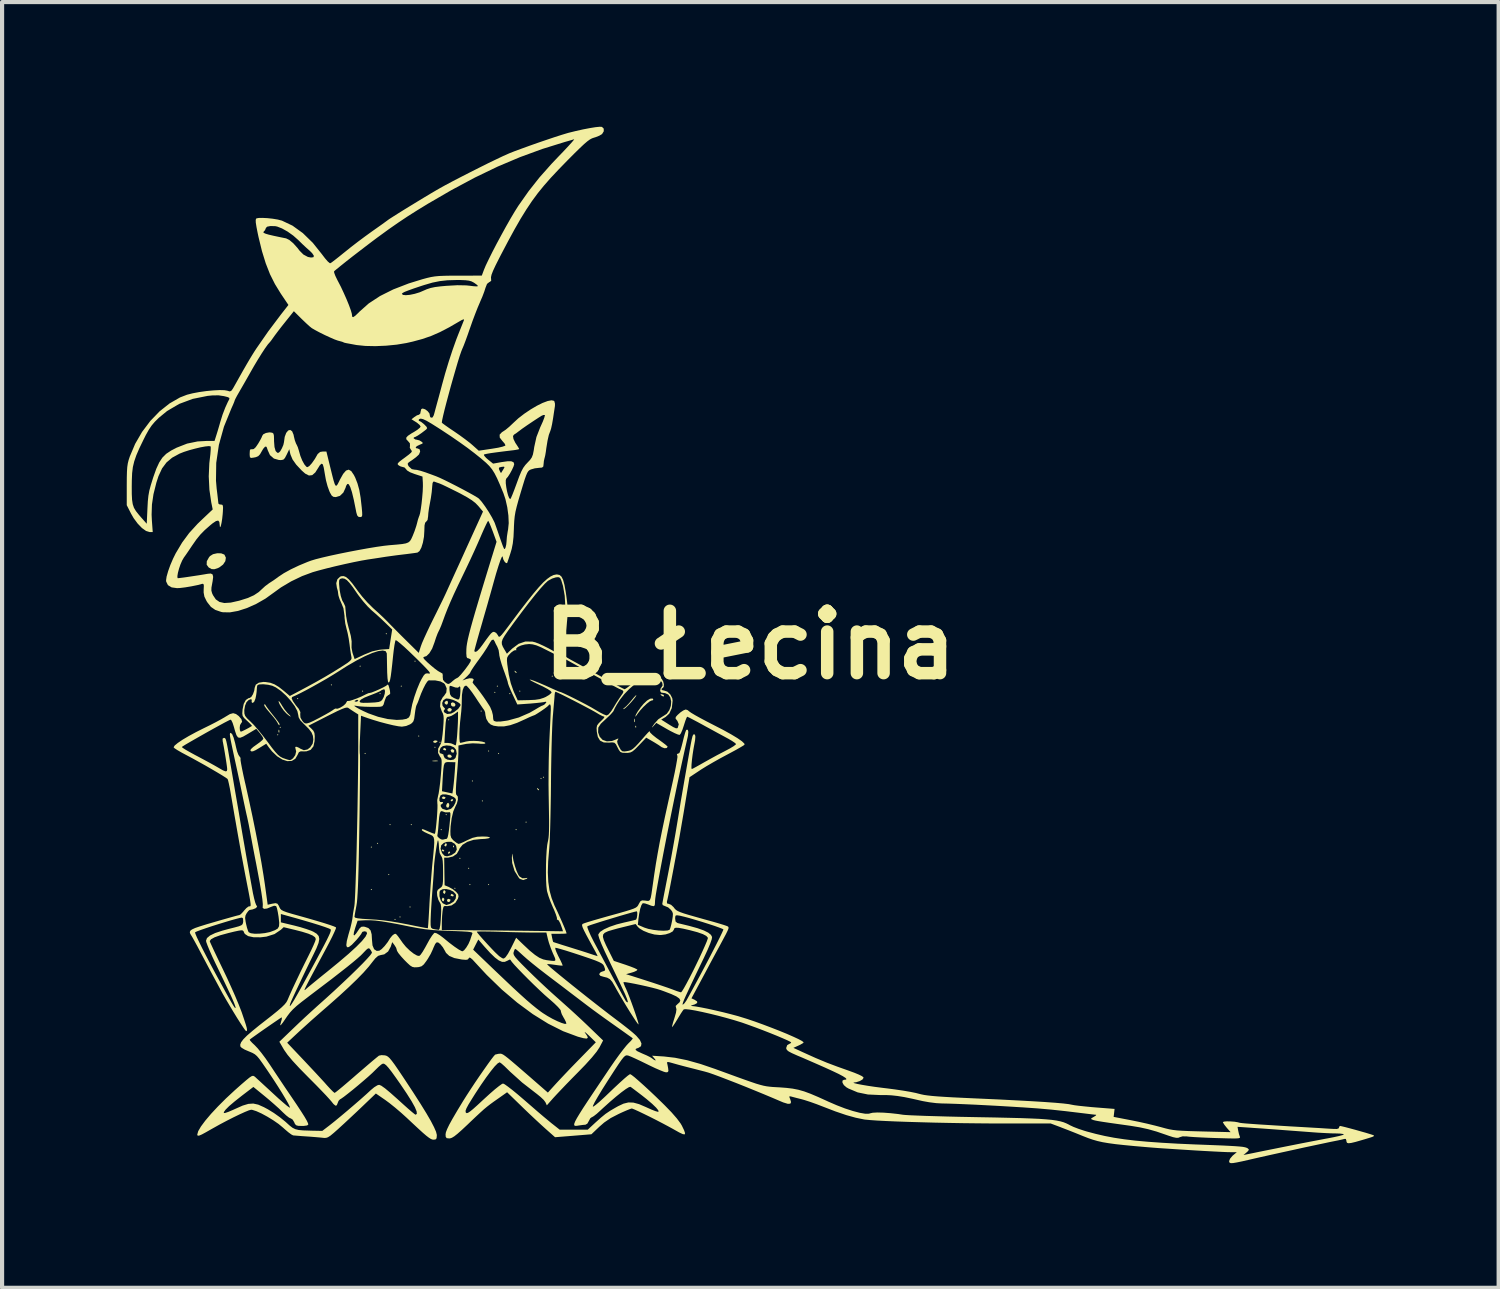
<source format=kicad_pcb>
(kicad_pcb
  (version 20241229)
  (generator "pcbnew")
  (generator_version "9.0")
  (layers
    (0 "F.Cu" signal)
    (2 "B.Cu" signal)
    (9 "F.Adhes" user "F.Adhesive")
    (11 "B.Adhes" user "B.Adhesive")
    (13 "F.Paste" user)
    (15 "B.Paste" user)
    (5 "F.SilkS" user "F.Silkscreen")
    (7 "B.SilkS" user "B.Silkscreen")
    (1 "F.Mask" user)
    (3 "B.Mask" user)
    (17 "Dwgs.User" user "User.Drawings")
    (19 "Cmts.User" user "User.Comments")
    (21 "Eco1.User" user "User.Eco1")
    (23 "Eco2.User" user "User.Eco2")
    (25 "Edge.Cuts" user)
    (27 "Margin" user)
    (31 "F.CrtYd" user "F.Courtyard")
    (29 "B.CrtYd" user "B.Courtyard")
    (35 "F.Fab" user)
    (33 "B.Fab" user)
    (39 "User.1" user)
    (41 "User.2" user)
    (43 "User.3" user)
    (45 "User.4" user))
  (footprint "B_Łecina"
    (layer "F.Cu")
    (at 14.997 12.469)
    (property "Reference" "B_Łecina" (at 0 0 0) (layer "F.SilkS") (effects (font (size 1.5 1.5) (thickness 0.3))))
    (attr board_only exclude_from_pos_files exclude_from_bom)
    (fp_poly (pts (xy -11.349 2.162) (xy -11.364 2.177) (xy -11.379 2.162) (xy -11.364 2.147)) (stroke (width 0) (type solid)) (fill yes) (layer "F.SilkS"))
    (fp_poly (pts (xy -11.289 1.982) (xy -11.304 1.997) (xy -11.319 1.982) (xy -11.304 1.967)) (stroke (width 0) (type solid)) (fill yes) (layer "F.SilkS"))
    (fp_poly (pts (xy -10.869 1.291) (xy -10.884 1.306) (xy -10.899 1.291) (xy -10.884 1.276)) (stroke (width 0) (type solid)) (fill yes) (layer "F.SilkS"))
    (fp_poly (pts (xy -10.058 0.961) (xy -10.073 0.976) (xy -10.088 0.961) (xy -10.073 0.946)) (stroke (width 0) (type solid)) (fill yes) (layer "F.SilkS"))
    (fp_poly (pts (xy -9.367 0.51) (xy -9.382 0.525) (xy -9.397 0.51) (xy -9.382 0.495)) (stroke (width 0) (type solid)) (fill yes) (layer "F.SilkS"))
    (fp_poly (pts (xy -9.307 1.111) (xy -9.322 1.126) (xy -9.337 1.111) (xy -9.322 1.096)) (stroke (width 0) (type solid)) (fill yes) (layer "F.SilkS"))
    (fp_poly (pts (xy -9.247 2.612) (xy -9.262 2.627) (xy -9.277 2.612) (xy -9.262 2.597)) (stroke (width 0) (type solid)) (fill yes) (layer "F.SilkS"))
    (fp_poly (pts (xy -9.097 4.864) (xy -9.112 4.879) (xy -9.127 4.864) (xy -9.112 4.849)) (stroke (width 0) (type solid)) (fill yes) (layer "F.SilkS"))
    (fp_poly (pts (xy -9.097 5.885) (xy -9.112 5.9) (xy -9.127 5.885) (xy -9.112 5.87)) (stroke (width 0) (type solid)) (fill yes) (layer "F.SilkS"))
    (fp_poly (pts (xy -8.947 4.774) (xy -8.962 4.789) (xy -8.977 4.774) (xy -8.962 4.759)) (stroke (width 0) (type solid)) (fill yes) (layer "F.SilkS"))
    (fp_poly (pts (xy -8.887 1.171) (xy -8.902 1.186) (xy -8.917 1.171) (xy -8.902 1.156)) (stroke (width 0) (type solid)) (fill yes) (layer "F.SilkS"))
    (fp_poly (pts (xy -8.737 -0.27) (xy -8.752 -0.255) (xy -8.767 -0.27) (xy -8.752 -0.285)) (stroke (width 0) (type solid)) (fill yes) (layer "F.SilkS"))
    (fp_poly (pts (xy -8.677 5.524) (xy -8.692 5.539) (xy -8.707 5.524) (xy -8.692 5.509)) (stroke (width 0) (type solid)) (fill yes) (layer "F.SilkS"))
    (fp_poly (pts (xy -8.647 4.323) (xy -8.662 4.338) (xy -8.677 4.323) (xy -8.662 4.308)) (stroke (width 0) (type solid)) (fill yes) (layer "F.SilkS"))
    (fp_poly (pts (xy -8.527 6.605) (xy -8.542 6.62) (xy -8.557 6.605) (xy -8.542 6.59)) (stroke (width 0) (type solid)) (fill yes) (layer "F.SilkS"))
    (fp_poly (pts (xy -8.407 6.545) (xy -8.422 6.56) (xy -8.437 6.545) (xy -8.422 6.53)) (stroke (width 0) (type solid)) (fill yes) (layer "F.SilkS"))
    (fp_poly (pts (xy -8.377 0.991) (xy -8.392 1.006) (xy -8.407 0.991) (xy -8.392 0.976)) (stroke (width 0) (type solid)) (fill yes) (layer "F.SilkS"))
    (fp_poly (pts (xy -8.166 6.305) (xy -8.181 6.32) (xy -8.196 6.305) (xy -8.181 6.29)) (stroke (width 0) (type solid)) (fill yes) (layer "F.SilkS"))
    (fp_poly (pts (xy -8.136 4.323) (xy -8.151 4.338) (xy -8.166 4.323) (xy -8.151 4.308)) (stroke (width 0) (type solid)) (fill yes) (layer "F.SilkS"))
    (fp_poly (pts (xy -8.046 0.39) (xy -8.061 0.405) (xy -8.076 0.39) (xy -8.061 0.375)) (stroke (width 0) (type solid)) (fill yes) (layer "F.SilkS"))
    (fp_poly (pts (xy -7.956 2.192) (xy -7.971 2.207) (xy -7.986 2.192) (xy -7.971 2.177)) (stroke (width 0) (type solid)) (fill yes) (layer "F.SilkS"))
    (fp_poly (pts (xy -7.566 2.462) (xy -7.581 2.477) (xy -7.596 2.462) (xy -7.581 2.447)) (stroke (width 0) (type solid)) (fill yes) (layer "F.SilkS"))
    (fp_poly (pts (xy -7.446 2.342) (xy -7.461 2.357) (xy -7.476 2.342) (xy -7.461 2.327)) (stroke (width 0) (type solid)) (fill yes) (layer "F.SilkS"))
    (fp_poly (pts (xy -7.416 4.443) (xy -7.431 4.459) (xy -7.446 4.443) (xy -7.431 4.428)) (stroke (width 0) (type solid)) (fill yes) (layer "F.SilkS"))
    (fp_poly (pts (xy -7.296 4.083) (xy -7.311 4.098) (xy -7.326 4.083) (xy -7.311 4.068)) (stroke (width 0) (type solid)) (fill yes) (layer "F.SilkS"))
    (fp_poly (pts (xy -7.236 1.801) (xy -7.251 1.816) (xy -7.266 1.801) (xy -7.251 1.786)) (stroke (width 0) (type solid)) (fill yes) (layer "F.SilkS"))
    (fp_poly (pts (xy -7.086 5.855) (xy -7.101 5.87) (xy -7.116 5.855) (xy -7.101 5.84)) (stroke (width 0) (type solid)) (fill yes) (layer "F.SilkS"))
    (fp_poly (pts (xy -6.965 5.134) (xy -6.98 5.149) (xy -6.996 5.134) (xy -6.98 5.119)) (stroke (width 0) (type solid)) (fill yes) (layer "F.SilkS"))
    (fp_poly (pts (xy -6.755 5.374) (xy -6.77 5.389) (xy -6.785 5.374) (xy -6.77 5.359)) (stroke (width 0) (type solid)) (fill yes) (layer "F.SilkS"))
    (fp_poly (pts (xy -6.725 5.765) (xy -6.74 5.78) (xy -6.755 5.765) (xy -6.74 5.75)) (stroke (width 0) (type solid)) (fill yes) (layer "F.SilkS"))
    (fp_poly (pts (xy -6.665 3.273) (xy -6.68 3.288) (xy -6.695 3.273) (xy -6.68 3.258)) (stroke (width 0) (type solid)) (fill yes) (layer "F.SilkS"))
    (fp_poly (pts (xy -6.455 1.591) (xy -6.47 1.606) (xy -6.485 1.591) (xy -6.47 1.576)) (stroke (width 0) (type solid)) (fill yes) (layer "F.SilkS"))
    (fp_poly (pts (xy -6.425 3.753) (xy -6.44 3.768) (xy -6.455 3.753) (xy -6.44 3.738)) (stroke (width 0) (type solid)) (fill yes) (layer "F.SilkS"))
    (fp_poly (pts (xy -6.275 2.552) (xy -6.29 2.567) (xy -6.305 2.552) (xy -6.29 2.537)) (stroke (width 0) (type solid)) (fill yes) (layer "F.SilkS"))
    (fp_poly (pts (xy -6.275 5.765) (xy -6.29 5.78) (xy -6.305 5.765) (xy -6.29 5.75)) (stroke (width 0) (type solid)) (fill yes) (layer "F.SilkS"))
    (fp_poly (pts (xy -6.125 1.141) (xy -6.14 1.156) (xy -6.155 1.141) (xy -6.14 1.126)) (stroke (width 0) (type solid)) (fill yes) (layer "F.SilkS"))
    (fp_poly (pts (xy -6.065 0.991) (xy -6.08 1.006) (xy -6.095 0.991) (xy -6.08 0.976)) (stroke (width 0) (type solid)) (fill yes) (layer "F.SilkS"))
    (fp_poly (pts (xy -6.035 2.612) (xy -6.05 2.627) (xy -6.065 2.612) (xy -6.05 2.597)) (stroke (width 0) (type solid)) (fill yes) (layer "F.SilkS"))
    (fp_poly (pts (xy -5.765 1.171) (xy -5.78 1.186) (xy -5.795 1.171) (xy -5.78 1.156)) (stroke (width 0) (type solid)) (fill yes) (layer "F.SilkS"))
    (fp_poly (pts (xy -5.644 6.125) (xy -5.659 6.14) (xy -5.674 6.125) (xy -5.659 6.11)) (stroke (width 0) (type solid)) (fill yes) (layer "F.SilkS"))
    (fp_poly (pts (xy -5.614 4.443) (xy -5.629 4.459) (xy -5.644 4.443) (xy -5.629 4.428)) (stroke (width 0) (type solid)) (fill yes) (layer "F.SilkS"))
    (fp_poly (pts (xy -5.524 1.111) (xy -5.539 1.126) (xy -5.554 1.111) (xy -5.539 1.096)) (stroke (width 0) (type solid)) (fill yes) (layer "F.SilkS"))
    (fp_poly (pts (xy -5.374 4.263) (xy -5.389 4.278) (xy -5.404 4.263) (xy -5.389 4.248)) (stroke (width 0) (type solid)) (fill yes) (layer "F.SilkS"))
    (fp_poly (pts (xy -5.014 3.213) (xy -5.029 3.228) (xy -5.044 3.213) (xy -5.029 3.198)) (stroke (width 0) (type solid)) (fill yes) (layer "F.SilkS"))
    (fp_poly (pts (xy -4.954 3.183) (xy -4.969 3.198) (xy -4.984 3.183) (xy -4.969 3.167)) (stroke (width 0) (type solid)) (fill yes) (layer "F.SilkS"))
    (fp_poly (pts (xy -4.744 0.751) (xy -4.759 0.766) (xy -4.774 0.751) (xy -4.759 0.736)) (stroke (width 0) (type solid)) (fill yes) (layer "F.SilkS"))
    (fp_poly (pts (xy -4.684 -0.901) (xy -4.699 -0.886) (xy -4.714 -0.901) (xy -4.699 -0.916)) (stroke (width 0) (type solid)) (fill yes) (layer "F.SilkS"))
    (fp_poly (pts (xy -4.654 -0.781) (xy -4.669 -0.766) (xy -4.684 -0.781) (xy -4.669 -0.796)) (stroke (width 0) (type solid)) (fill yes) (layer "F.SilkS"))
    (fp_poly (pts (xy -4.624 0.15) (xy -4.639 0.165) (xy -4.654 0.15) (xy -4.639 0.135)) (stroke (width 0) (type solid)) (fill yes) (layer "F.SilkS"))
    (fp_poly (pts (xy -4.173 0.54) (xy -4.188 0.555) (xy -4.203 0.54) (xy -4.188 0.525)) (stroke (width 0) (type solid)) (fill yes) (layer "F.SilkS"))
    (fp_poly (pts (xy -11.328 2.051) (xy -11.325 2.098) (xy -11.331 2.109) (xy -11.344 2.1) (xy -11.347 2.069) (xy -11.339 2.037)) (stroke (width 0) (type solid)) (fill yes) (layer "F.SilkS"))
    (fp_poly (pts (xy -7.126 4.829) (xy -7.122 4.864) (xy -7.126 4.869) (xy -7.143 4.865) (xy -7.146 4.849) (xy -7.135 4.824)) (stroke (width 0) (type solid)) (fill yes) (layer "F.SilkS"))
    (fp_poly (pts (xy -2.772 1.779) (xy -2.768 1.84) (xy -2.772 1.854) (xy -2.783 1.858) (xy -2.787 1.816) (xy -2.783 1.774)) (stroke (width 0) (type solid)) (fill yes) (layer "F.SilkS"))
    (fp_poly (pts (xy -2.742 1.947) (xy -2.739 1.982) (xy -2.742 1.987) (xy -2.76 1.982) (xy -2.762 1.967) (xy -2.751 1.942)) (stroke (width 0) (type solid)) (fill yes) (layer "F.SilkS"))
    (fp_poly (pts (xy -7.268 1.369) (xy -7.271 1.408) (xy -7.293 1.438) (xy -7.326 1.427) (xy -7.354 1.395) (xy -7.334 1.362) (xy -7.29 1.34)) (stroke (width 0) (type solid)) (fill yes) (layer "F.SilkS"))
    (fp_poly (pts (xy -7.148 3.716) (xy -7.143 3.73) (xy -7.165 3.758) (xy -7.177 3.763) (xy -7.203 3.754) (xy -7.201 3.739) (xy -7.175 3.708)) (stroke (width 0) (type solid)) (fill yes) (layer "F.SilkS"))
    (fp_poly (pts (xy -5.649 0.628) (xy -5.617 0.656) (xy -5.614 0.662) (xy -5.629 0.675) (xy -5.658 0.647) (xy -5.662 0.641) (xy -5.666 0.62)) (stroke (width 0) (type solid)) (fill yes) (layer "F.SilkS"))
    (fp_poly (pts (xy -5.109 3.45) (xy -5.076 3.48) (xy -5.083 3.497) (xy -5.087 3.498) (xy -5.113 3.476) (xy -5.122 3.463) (xy -5.125 3.443)) (stroke (width 0) (type solid)) (fill yes) (layer "F.SilkS"))
    (fp_poly (pts (xy -7.523 2.308) (xy -7.521 2.327) (xy -7.564 2.354) (xy -7.583 2.357) (xy -7.622 2.34) (xy -7.626 2.327) (xy -7.601 2.303) (xy -7.564 2.297)) (stroke (width 0) (type solid)) (fill yes) (layer "F.SilkS"))
    (fp_poly (pts (xy -7.513 2.787) (xy -7.506 2.795) (xy -7.549 2.799) (xy -7.581 2.8) (xy -7.639 2.797) (xy -7.648 2.79) (xy -7.633 2.786) (xy -7.555 2.781)) (stroke (width 0) (type solid)) (fill yes) (layer "F.SilkS"))
    (fp_poly (pts (xy -7.386 4.924) (xy -7.357 4.951) (xy -7.356 4.956) (xy -7.379 4.969) (xy -7.386 4.969) (xy -7.415 4.946) (xy -7.416 4.937) (xy -7.397 4.919)) (stroke (width 0) (type solid)) (fill yes) (layer "F.SilkS"))
    (fp_poly (pts (xy -7.359 6.104) (xy -7.356 6.125) (xy -7.372 6.165) (xy -7.386 6.17) (xy -7.412 6.146) (xy -7.416 6.125) (xy -7.4 6.085) (xy -7.386 6.08)) (stroke (width 0) (type solid)) (fill yes) (layer "F.SilkS"))
    (fp_poly (pts (xy -7.331 3.664) (xy -7.326 3.678) (xy -7.35 3.705) (xy -7.371 3.708) (xy -7.411 3.692) (xy -7.416 3.678) (xy -7.392 3.651) (xy -7.371 3.648)) (stroke (width 0) (type solid)) (fill yes) (layer "F.SilkS"))
    (fp_poly (pts (xy -7.329 5.924) (xy -7.326 5.945) (xy -7.342 5.985) (xy -7.356 5.99) (xy -7.382 5.965) (xy -7.386 5.945) (xy -7.37 5.905) (xy -7.356 5.9)) (stroke (width 0) (type solid)) (fill yes) (layer "F.SilkS"))
    (fp_poly (pts (xy -7.317 2.499) (xy -7.311 2.507) (xy -7.318 2.533) (xy -7.339 2.537) (xy -7.38 2.521) (xy -7.386 2.507) (xy -7.364 2.478) (xy -7.358 2.477)) (stroke (width 0) (type solid)) (fill yes) (layer "F.SilkS"))
    (fp_poly (pts (xy -7.3 4.781) (xy -7.296 4.802) (xy -7.311 4.843) (xy -7.326 4.849) (xy -7.355 4.827) (xy -7.356 4.821) (xy -7.334 4.78) (xy -7.326 4.774)) (stroke (width 0) (type solid)) (fill yes) (layer "F.SilkS"))
    (fp_poly (pts (xy -7.241 3.823) (xy -7.236 3.858) (xy -7.251 3.91) (xy -7.287 3.913) (xy -7.304 3.9) (xy -7.311 3.86) (xy -7.29 3.814) (xy -7.263 3.798)) (stroke (width 0) (type solid)) (fill yes) (layer "F.SilkS"))
    (fp_poly (pts (xy -7.216 4.987) (xy -7.221 4.999) (xy -7.248 5.028) (xy -7.252 5.029) (xy -7.265 5.006) (xy -7.266 4.999) (xy -7.243 4.97) (xy -7.234 4.969)) (stroke (width 0) (type solid)) (fill yes) (layer "F.SilkS"))
    (fp_poly (pts (xy -7.211 6.125) (xy -7.206 6.138) (xy -7.226 6.177) (xy -7.264 6.187) (xy -7.277 6.179) (xy -7.295 6.135) (xy -7.263 6.111) (xy -7.251 6.11)) (stroke (width 0) (type solid)) (fill yes) (layer "F.SilkS"))
    (fp_poly (pts (xy -7.181 1.54) (xy -7.176 1.561) (xy -7.198 1.599) (xy -7.245 1.604) (xy -7.275 1.587) (xy -7.282 1.55) (xy -7.248 1.521) (xy -7.219 1.516)) (stroke (width 0) (type solid)) (fill yes) (layer "F.SilkS"))
    (fp_poly (pts (xy -7.179 2.671) (xy -7.176 2.689) (xy -7.198 2.713) (xy -7.243 2.713) (xy -7.279 2.689) (xy -7.276 2.651) (xy -7.266 2.642) (xy -7.216 2.638)) (stroke (width 0) (type solid)) (fill yes) (layer "F.SilkS"))
    (fp_poly (pts (xy -7.137 6.012) (xy -7.131 6.02) (xy -7.137 6.045) (xy -7.159 6.05) (xy -7.2 6.034) (xy -7.206 6.02) (xy -7.184 5.991) (xy -7.177 5.99)) (stroke (width 0) (type solid)) (fill yes) (layer "F.SilkS"))
    (fp_poly (pts (xy -7.121 2.531) (xy -7.116 2.552) (xy -7.134 2.593) (xy -7.175 2.586) (xy -7.186 2.577) (xy -7.205 2.533) (xy -7.174 2.508) (xy -7.161 2.507)) (stroke (width 0) (type solid)) (fill yes) (layer "F.SilkS"))
    (fp_poly (pts (xy -2.08 1.2) (xy -2.072 1.216) (xy -2.076 1.242) (xy -2.102 1.234) (xy -2.132 1.216) (xy -2.159 1.193) (xy -2.131 1.186) (xy -2.124 1.186)) (stroke (width 0) (type solid)) (fill yes) (layer "F.SilkS"))
    (fp_poly (pts (xy -7.109 1.399) (xy -7.086 1.441) (xy -7.086 1.444) (xy -7.107 1.479) (xy -7.153 1.483) (xy -7.191 1.456) (xy -7.196 1.407) (xy -7.191 1.397) (xy -7.154 1.38)) (stroke (width 0) (type solid)) (fill yes) (layer "F.SilkS"))
    (fp_poly (pts (xy -2.752 1.245) (xy -2.801 1.309) (xy -2.867 1.386) (xy -2.938 1.46) (xy -2.999 1.518) (xy -3.039 1.545) (xy -3.042 1.545) (xy -3.05 1.533) (xy -3.024 1.513) (xy -2.978 1.474) (xy -2.911 1.403) (xy -2.851 1.331) (xy -2.791 1.258) (xy -2.748 1.214) (xy -2.732 1.206)) (stroke (width 0) (type solid)) (fill yes) (layer "F.SilkS"))
    (fp_poly (pts (xy -11.321 1.365) (xy -11.284 1.42) (xy -11.259 1.462) (xy -11.198 1.555) (xy -11.131 1.636) (xy -11.111 1.656) (xy -11.065 1.701) (xy -11.051 1.725) (xy -11.053 1.725) (xy -11.085 1.707) (xy -11.142 1.661) (xy -11.161 1.643) (xy -11.22 1.579) (xy -11.276 1.5) (xy -11.321 1.424) (xy -11.343 1.368) (xy -11.341 1.349)) (stroke (width 0) (type solid)) (fill yes) (layer "F.SilkS"))
    (fp_poly (pts (xy -12.726 -2.205) (xy -12.652 -2.176) (xy -12.646 -2.171) (xy -12.612 -2.1) (xy -12.625 -2.016) (xy -12.68 -1.934) (xy -12.77 -1.866) (xy -12.799 -1.852) (xy -12.888 -1.822) (xy -12.954 -1.825) (xy -13.025 -1.864) (xy -13.026 -1.865) (xy -13.074 -1.93) (xy -13.071 -2.015) (xy -13.017 -2.111) (xy -12.993 -2.139) (xy -12.921 -2.184) (xy -12.823 -2.206)) (stroke (width 0) (type solid)) (fill yes) (layer "F.SilkS"))
    (fp_poly (pts (xy -2.328 1.305) (xy -2.335 1.33) (xy -2.366 1.336) (xy -2.413 1.358) (xy -2.484 1.414) (xy -2.566 1.492) (xy -2.646 1.58) (xy -2.711 1.664) (xy -2.723 1.683) (xy -2.751 1.72) (xy -2.76 1.72) (xy -2.744 1.673) (xy -2.699 1.596) (xy -2.633 1.504) (xy -2.563 1.419) (xy -2.478 1.338) (xy -2.403 1.293) (xy -2.346 1.289)) (stroke (width 0) (type solid)) (fill yes) (layer "F.SilkS"))
    (fp_poly (pts (xy -5.714 5.057) (xy -5.714 5.059) (xy -5.693 5.183) (xy -5.658 5.316) (xy -5.616 5.44) (xy -5.572 5.535) (xy -5.547 5.57) (xy -5.477 5.614) (xy -5.41 5.612) (xy -5.359 5.604) (xy -5.361 5.616) (xy -5.374 5.627) (xy -5.459 5.657) (xy -5.536 5.63) (xy -5.56 5.607) (xy -5.665 5.439) (xy -5.722 5.248) (xy -5.73 5.126) (xy -5.726 5.044) (xy -5.721 5.021)) (stroke (width 0) (type solid)) (fill yes) (layer "F.SilkS"))
    (fp_poly (pts (xy -11.665 1.434) (xy -11.658 1.447) (xy -11.634 1.486) (xy -11.581 1.558) (xy -11.509 1.649) (xy -11.482 1.683) (xy -11.408 1.776) (xy -11.351 1.853) (xy -11.321 1.901) (xy -11.319 1.909) (xy -11.328 1.935) (xy -11.353 1.905) (xy -11.371 1.869) (xy -11.406 1.814) (xy -11.47 1.732) (xy -11.549 1.64) (xy -11.56 1.627) (xy -11.631 1.543) (xy -11.679 1.475) (xy -11.695 1.436) (xy -11.694 1.432)) (stroke (width 0) (type solid)) (fill yes) (layer "F.SilkS"))
    (fp_poly (pts (xy -11.018 -5.142) (xy -10.983 -5.058) (xy -10.976 -5.02) (xy -10.953 -4.925) (xy -10.924 -4.846) (xy -10.916 -4.833) (xy -10.882 -4.761) (xy -10.854 -4.671) (xy -10.854 -4.67) (xy -10.819 -4.548) (xy -10.773 -4.434) (xy -10.722 -4.343) (xy -10.675 -4.288) (xy -10.651 -4.278) (xy -10.605 -4.304) (xy -10.542 -4.374) (xy -10.47 -4.477) (xy -10.403 -4.594) (xy -10.344 -4.644) (xy -10.282 -4.654) (xy -10.193 -4.654) (xy -10.1 -4.274) (xy -10.054 -4.088) (xy -10.02 -3.956) (xy -9.993 -3.872) (xy -9.971 -3.833) (xy -9.949 -3.832) (xy -9.923 -3.866) (xy -9.89 -3.93) (xy -9.868 -3.977) (xy -9.79 -4.116) (xy -9.721 -4.196) (xy -9.657 -4.218) (xy -9.595 -4.183) (xy -9.532 -4.09) (xy -9.499 -4.025) (xy -9.445 -3.886) (xy -9.402 -3.731) (xy -9.37 -3.546) (xy -9.344 -3.316) (xy -9.343 -3.31) (xy -9.333 -3.193) (xy -9.331 -3.124) (xy -9.341 -3.09) (xy -9.363 -3.079) (xy -9.387 -3.077) (xy -9.426 -3.086) (xy -9.453 -3.119) (xy -9.474 -3.192) (xy -9.485 -3.25) (xy -9.534 -3.493) (xy -9.578 -3.676) (xy -9.619 -3.8) (xy -9.655 -3.867) (xy -9.689 -3.875) (xy -9.719 -3.827) (xy -9.732 -3.782) (xy -9.785 -3.667) (xy -9.867 -3.588) (xy -9.966 -3.558) (xy -9.97 -3.558) (xy -10.027 -3.565) (xy -10.067 -3.596) (xy -10.106 -3.665) (xy -10.122 -3.7) (xy -10.165 -3.819) (xy -10.201 -3.953) (xy -10.212 -4.008) (xy -10.232 -4.122) (xy -10.25 -4.227) (xy -10.258 -4.271) (xy -10.28 -4.346) (xy -10.312 -4.362) (xy -10.354 -4.32) (xy -10.382 -4.274) (xy -10.46 -4.151) (xy -10.534 -4.086) (xy -10.613 -4.077) (xy -10.703 -4.123) (xy -10.786 -4.196) (xy -10.919 -4.338) (xy -11.007 -4.462) (xy -11.056 -4.578) (xy -11.064 -4.607) (xy -11.086 -4.71) (xy -11.15 -4.577) (xy -11.192 -4.497) (xy -11.229 -4.459) (xy -11.282 -4.449) (xy -11.334 -4.45) (xy -11.456 -4.485) (xy -11.551 -4.568) (xy -11.606 -4.689) (xy -11.61 -4.703) (xy -11.633 -4.767) (xy -11.667 -4.773) (xy -11.713 -4.721) (xy -11.743 -4.67) (xy -11.791 -4.587) (xy -11.833 -4.543) (xy -11.889 -4.519) (xy -11.942 -4.508) (xy -12.005 -4.5) (xy -12.033 -4.516) (xy -12.039 -4.572) (xy -12.039 -4.607) (xy -12.035 -4.681) (xy -12.017 -4.71) (xy -11.984 -4.708) (xy -11.941 -4.714) (xy -11.893 -4.759) (xy -11.833 -4.847) (xy -11.783 -4.933) (xy -11.749 -5) (xy -11.739 -5.028) (xy -11.713 -5.068) (xy -11.649 -5.1) (xy -11.568 -5.115) (xy -11.535 -5.113) (xy -11.492 -5.105) (xy -11.467 -5.084) (xy -11.456 -5.036) (xy -11.453 -4.947) (xy -11.453 -4.904) (xy -11.442 -4.762) (xy -11.415 -4.667) (xy -11.374 -4.624) (xy -11.339 -4.626) (xy -11.303 -4.662) (xy -11.263 -4.733) (xy -11.229 -4.813) (xy -11.214 -4.879) (xy -11.196 -5.008) (xy -11.16 -5.103) (xy -11.113 -5.16) (xy -11.064 -5.174)) (stroke (width 0) (type solid)) (fill yes) (layer "F.SilkS"))
    (fp_poly (pts (xy -3.563 -12.466) (xy -3.52 -12.424) (xy -3.519 -12.36) (xy -3.559 -12.295) (xy -3.565 -12.29) (xy -3.626 -12.254) (xy -3.716 -12.218) (xy -3.753 -12.207) (xy -3.802 -12.19) (xy -3.854 -12.162) (xy -3.916 -12.117) (xy -3.993 -12.051) (xy -4.093 -11.957) (xy -4.221 -11.832) (xy -4.384 -11.668) (xy -4.398 -11.654) (xy -4.609 -11.437) (xy -4.794 -11.24) (xy -4.958 -11.053) (xy -5.107 -10.87) (xy -5.247 -10.68) (xy -5.382 -10.478) (xy -5.52 -10.255) (xy -5.665 -10.002) (xy -5.823 -9.712) (xy -5.999 -9.377) (xy -6.033 -9.311) (xy -6.122 -9.135) (xy -6.183 -9.004) (xy -6.219 -8.911) (xy -6.233 -8.848) (xy -6.231 -8.82) (xy -6.228 -8.761) (xy -6.267 -8.733) (xy -6.274 -8.731) (xy -6.328 -8.688) (xy -6.366 -8.591) (xy -6.394 -8.503) (xy -6.439 -8.384) (xy -6.493 -8.259) (xy -6.5 -8.241) (xy -6.55 -8.125) (xy -6.611 -7.97) (xy -6.676 -7.798) (xy -6.736 -7.627) (xy -6.74 -7.617) (xy -6.793 -7.464) (xy -6.844 -7.323) (xy -6.887 -7.21) (xy -6.918 -7.136) (xy -6.923 -7.126) (xy -6.948 -7.063) (xy -6.986 -6.953) (xy -7.032 -6.805) (xy -7.084 -6.628) (xy -7.14 -6.434) (xy -7.198 -6.23) (xy -7.253 -6.027) (xy -7.305 -5.833) (xy -7.35 -5.659) (xy -7.385 -5.514) (xy -7.408 -5.408) (xy -7.416 -5.35) (xy -7.392 -5.328) (xy -7.328 -5.281) (xy -7.234 -5.215) (xy -7.121 -5.139) (xy -6.986 -5.046) (xy -6.852 -4.948) (xy -6.738 -4.86) (xy -6.677 -4.808) (xy -6.527 -4.674) (xy -6.206 -4.722) (xy -6.061 -4.746) (xy -5.955 -4.771) (xy -5.895 -4.793) (xy -5.885 -4.804) (xy -5.905 -4.846) (xy -5.954 -4.903) (xy -5.96 -4.909) (xy -6.022 -4.99) (xy -6.025 -5.06) (xy -5.969 -5.12) (xy -5.946 -5.134) (xy -5.88 -5.178) (xy -5.792 -5.251) (xy -5.701 -5.337) (xy -5.698 -5.34) (xy -5.573 -5.455) (xy -5.43 -5.565) (xy -5.28 -5.666) (xy -5.131 -5.754) (xy -4.992 -5.823) (xy -4.87 -5.869) (xy -4.776 -5.887) (xy -4.717 -5.874) (xy -4.709 -5.865) (xy -4.693 -5.806) (xy -4.694 -5.75) (xy -4.704 -5.684) (xy -4.72 -5.58) (xy -4.738 -5.458) (xy -4.742 -5.434) (xy -4.763 -5.313) (xy -4.786 -5.209) (xy -4.807 -5.142) (xy -4.811 -5.134) (xy -4.841 -5.053) (xy -4.872 -4.917) (xy -4.902 -4.732) (xy -4.912 -4.654) (xy -4.927 -4.565) (xy -4.943 -4.498) (xy -4.946 -4.489) (xy -4.96 -4.426) (xy -4.967 -4.353) (xy -4.974 -4.293) (xy -5.005 -4.268) (xy -5.075 -4.262) (xy -5.178 -4.25) (xy -5.272 -4.223) (xy -5.306 -4.207) (xy -5.334 -4.182) (xy -5.36 -4.142) (xy -5.388 -4.077) (xy -5.423 -3.979) (xy -5.466 -3.839) (xy -5.517 -3.669) (xy -5.574 -3.476) (xy -5.615 -3.325) (xy -5.644 -3.203) (xy -5.662 -3.094) (xy -5.673 -2.985) (xy -5.68 -2.86) (xy -5.682 -2.792) (xy -5.691 -2.598) (xy -5.708 -2.443) (xy -5.735 -2.308) (xy -5.765 -2.207) (xy -5.8 -2.099) (xy -5.828 -2.017) (xy -5.844 -1.973) (xy -5.845 -1.97) (xy -5.871 -1.97) (xy -5.907 -2.006) (xy -5.936 -2.058) (xy -5.946 -2.098) (xy -5.954 -2.134) (xy -5.974 -2.113) (xy -6.007 -2.036) (xy -6.052 -1.904) (xy -6.109 -1.72) (xy -6.154 -1.561) (xy -6.209 -1.363) (xy -6.252 -1.21) (xy -6.286 -1.091) (xy -6.313 -0.994) (xy -6.338 -0.907) (xy -6.364 -0.817) (xy -6.394 -0.713) (xy -6.432 -0.582) (xy -6.439 -0.555) (xy -6.507 -0.321) (xy -6.561 -0.13) (xy -6.601 0.015) (xy -6.626 0.11) (xy -6.635 0.151) (xy -6.635 0.152) (xy -6.611 0.164) (xy -6.595 0.165) (xy -6.559 0.142) (xy -6.502 0.082) (xy -6.438 -0.002) (xy -6.346 -0.131) (xy -6.28 -0.219) (xy -6.235 -0.274) (xy -6.202 -0.303) (xy -6.176 -0.314) (xy -6.157 -0.315) (xy -6.108 -0.29) (xy -6.068 -0.236) (xy -6.054 -0.208) (xy -6.037 -0.196) (xy -6.013 -0.206) (xy -5.976 -0.243) (xy -5.919 -0.313) (xy -5.837 -0.421) (xy -5.753 -0.533) (xy -5.544 -0.812) (xy -5.365 -1.044) (xy -5.213 -1.235) (xy -5.084 -1.387) (xy -4.975 -1.504) (xy -4.881 -1.589) (xy -4.8 -1.647) (xy -4.728 -1.682) (xy -4.662 -1.696) (xy -4.641 -1.696) (xy -4.582 -1.684) (xy -4.535 -1.642) (xy -4.497 -1.565) (xy -4.464 -1.443) (xy -4.434 -1.272) (xy -4.422 -1.193) (xy -4.403 -1.048) (xy -4.391 -0.932) (xy -4.387 -0.828) (xy -4.39 -0.718) (xy -4.401 -0.586) (xy -4.42 -0.414) (xy -4.425 -0.37) (xy -4.443 -0.204) (xy -4.46 -0.052) (xy -4.473 0.071) (xy -4.481 0.154) (xy -4.483 0.176) (xy -4.48 0.223) (xy -4.458 0.262) (xy -4.405 0.303) (xy -4.31 0.358) (xy -4.293 0.367) (xy -4.205 0.415) (xy -4.076 0.486) (xy -3.919 0.573) (xy -3.747 0.669) (xy -3.57 0.768) (xy -3.568 0.769) (xy -3.406 0.859) (xy -3.262 0.938) (xy -3.145 1.002) (xy -3.061 1.046) (xy -3.02 1.065) (xy -3.017 1.066) (xy -2.985 1.048) (xy -2.922 1.003) (xy -2.866 0.958) (xy -2.742 0.877) (xy -2.599 0.815) (xy -2.452 0.776) (xy -2.315 0.762) (xy -2.2 0.776) (xy -2.122 0.82) (xy -2.121 0.821) (xy -2.089 0.878) (xy -2.073 0.947) (xy -2.076 1.007) (xy -2.098 1.036) (xy -2.102 1.036) (xy -2.131 1.059) (xy -2.132 1.066) (xy -2.106 1.09) (xy -2.07 1.096) (xy -1.99 1.123) (xy -1.918 1.19) (xy -1.871 1.281) (xy -1.862 1.342) (xy -1.882 1.519) (xy -1.942 1.651) (xy -2.031 1.733) (xy -2.137 1.796) (xy -1.95 1.914) (xy -1.849 1.975) (xy -1.786 2.004) (xy -1.75 2.004) (xy -1.738 1.992) (xy -1.714 1.909) (xy -1.748 1.826) (xy -1.761 1.811) (xy -1.792 1.769) (xy -1.786 1.733) (xy -1.745 1.686) (xy -1.672 1.621) (xy -1.605 1.576) (xy -1.547 1.553) (xy -1.501 1.568) (xy -1.462 1.6) (xy -1.414 1.634) (xy -1.322 1.689) (xy -1.196 1.759) (xy -1.045 1.839) (xy -0.89 1.919) (xy -0.651 2.042) (xy -0.454 2.151) (xy -0.3 2.244) (xy -0.194 2.318) (xy -0.138 2.372) (xy -0.13 2.397) (xy -0.158 2.42) (xy -0.23 2.463) (xy -0.336 2.524) (xy -0.468 2.595) (xy -0.541 2.634) (xy -0.711 2.725) (xy -0.887 2.824) (xy -1.05 2.919) (xy -1.182 3.001) (xy -1.201 3.014) (xy -1.456 3.183) (xy -1.565 3.843) (xy -1.6 4.054) (xy -1.636 4.262) (xy -1.669 4.454) (xy -1.697 4.617) (xy -1.719 4.737) (xy -1.723 4.759) (xy -1.75 4.903) (xy -1.783 5.078) (xy -1.817 5.256) (xy -1.833 5.344) (xy -1.886 5.621) (xy -1.928 5.841) (xy -1.961 6.005) (xy -1.985 6.117) (xy -2 6.177) (xy -2 6.177) (xy -1.996 6.22) (xy -1.956 6.23) (xy -1.899 6.253) (xy -1.839 6.309) (xy -1.833 6.318) (xy -1.808 6.35) (xy -1.778 6.378) (xy -1.736 6.404) (xy -1.674 6.431) (xy -1.586 6.462) (xy -1.463 6.499) (xy -1.299 6.546) (xy -1.086 6.606) (xy -1.035 6.62) (xy -0.876 6.664) (xy -0.736 6.705) (xy -0.626 6.739) (xy -0.557 6.763) (xy -0.54 6.77) (xy -0.523 6.783) (xy -0.516 6.8) (xy -0.52 6.83) (xy -0.541 6.88) (xy -0.58 6.959) (xy -0.642 7.075) (xy -0.728 7.236) (xy -0.801 7.37) (xy -0.888 7.531) (xy -0.976 7.695) (xy -1.019 7.776) (xy -1.099 7.926) (xy -1.183 8.083) (xy -1.259 8.224) (xy -1.294 8.29) (xy -1.409 8.503) (xy -1.335 8.537) (xy -1.273 8.577) (xy -1.271 8.615) (xy -1.329 8.649) (xy -1.359 8.658) (xy -1.415 8.677) (xy -1.414 8.687) (xy -1.39 8.689) (xy -1.306 8.699) (xy -1.177 8.722) (xy -1.015 8.754) (xy -0.833 8.795) (xy -0.643 8.839) (xy -0.458 8.886) (xy -0.289 8.931) (xy -0.234 8.948) (xy -0.066 9) (xy 0.12 9.063) (xy 0.316 9.134) (xy 0.514 9.209) (xy 0.706 9.284) (xy 0.884 9.357) (xy 1.039 9.425) (xy 1.164 9.483) (xy 1.25 9.529) (xy 1.289 9.56) (xy 1.291 9.564) (xy 1.266 9.587) (xy 1.204 9.622) (xy 1.167 9.639) (xy 1.044 9.695) (xy 1.265 9.797) (xy 1.575 9.937) (xy 1.848 10.051) (xy 2.097 10.145) (xy 2.147 10.163) (xy 2.353 10.236) (xy 2.509 10.293) (xy 2.618 10.338) (xy 2.688 10.372) (xy 2.724 10.398) (xy 2.732 10.416) (xy 2.706 10.456) (xy 2.641 10.494) (xy 2.557 10.521) (xy 2.513 10.527) (xy 2.486 10.533) (xy 2.511 10.545) (xy 2.583 10.563) (xy 2.693 10.584) (xy 2.835 10.608) (xy 3.002 10.633) (xy 3.188 10.657) (xy 3.304 10.671) (xy 3.495 10.696) (xy 3.684 10.724) (xy 3.855 10.753) (xy 3.992 10.781) (xy 4.054 10.797) (xy 4.118 10.813) (xy 4.19 10.828) (xy 4.276 10.84) (xy 4.382 10.852) (xy 4.515 10.863) (xy 4.681 10.874) (xy 4.886 10.886) (xy 5.138 10.898) (xy 5.441 10.912) (xy 5.509 10.915) (xy 5.995 10.937) (xy 6.42 10.959) (xy 6.787 10.979) (xy 7.094 10.998) (xy 7.344 11.016) (xy 7.536 11.033) (xy 7.67 11.049) (xy 7.746 11.064) (xy 7.806 11.075) (xy 7.914 11.089) (xy 8.056 11.104) (xy 8.219 11.12) (xy 8.304 11.127) (xy 8.772 11.164) (xy 8.761 11.26) (xy 8.75 11.356) (xy 9.171 11.437) (xy 9.357 11.475) (xy 9.555 11.519) (xy 9.74 11.564) (xy 9.89 11.603) (xy 9.893 11.604) (xy 9.995 11.632) (xy 10.086 11.654) (xy 10.178 11.67) (xy 10.28 11.682) (xy 10.404 11.69) (xy 10.561 11.697) (xy 10.762 11.703) (xy 10.879 11.706) (xy 11.564 11.723) (xy 11.471 11.617) (xy 11.416 11.548) (xy 11.383 11.495) (xy 11.379 11.481) (xy 11.406 11.469) (xy 11.473 11.463) (xy 11.564 11.465) (xy 11.659 11.472) (xy 11.74 11.486) (xy 11.769 11.494) (xy 11.796 11.5) (xy 11.852 11.507) (xy 11.939 11.515) (xy 12.063 11.524) (xy 12.226 11.536) (xy 12.434 11.549) (xy 12.69 11.565) (xy 12.998 11.584) (xy 13.346 11.604) (xy 13.531 11.615) (xy 13.706 11.625) (xy 13.857 11.635) (xy 13.972 11.642) (xy 14.029 11.645) (xy 14.121 11.647) (xy 14.164 11.632) (xy 14.171 11.615) (xy 14.187 11.578) (xy 14.198 11.574) (xy 14.239 11.582) (xy 14.322 11.602) (xy 14.436 11.632) (xy 14.566 11.667) (xy 14.699 11.705) (xy 14.823 11.74) (xy 14.924 11.771) (xy 14.989 11.792) (xy 15.007 11.799) (xy 15.014 11.811) (xy 15.005 11.823) (xy 14.969 11.839) (xy 14.898 11.862) (xy 14.782 11.897) (xy 14.724 11.914) (xy 14.571 11.958) (xy 14.466 11.983) (xy 14.401 11.99) (xy 14.366 11.98) (xy 14.353 11.953) (xy 14.351 11.932) (xy 14.338 11.887) (xy 14.299 11.887) (xy 14.239 11.902) (xy 14.147 11.922) (xy 14.096 11.932) (xy 13.966 11.958) (xy 13.788 11.996) (xy 13.571 12.042) (xy 13.326 12.094) (xy 13.064 12.152) (xy 12.794 12.211) (xy 12.527 12.27) (xy 12.272 12.327) (xy 12.04 12.38) (xy 12.024 12.384) (xy 11.844 12.425) (xy 11.713 12.452) (xy 11.624 12.467) (xy 11.57 12.469) (xy 11.541 12.459) (xy 11.53 12.438) (xy 11.529 12.417) (xy 11.551 12.362) (xy 11.605 12.297) (xy 11.621 12.282) (xy 11.714 12.205) (xy 11.556 12.205) (xy 11.47 12.203) (xy 11.334 12.197) (xy 11.157 12.188) (xy 10.951 12.177) (xy 10.724 12.164) (xy 10.487 12.149) (xy 10.25 12.134) (xy 10.021 12.119) (xy 9.812 12.105) (xy 9.633 12.091) (xy 9.548 12.084) (xy 9.249 12.058) (xy 9.002 12.034) (xy 8.798 12.012) (xy 8.629 11.989) (xy 8.487 11.965) (xy 8.362 11.937) (xy 8.247 11.904) (xy 8.134 11.865) (xy 8.013 11.818) (xy 7.986 11.807) (xy 7.831 11.744) (xy 7.664 11.678) (xy 7.513 11.62) (xy 7.468 11.602) (xy 7.234 11.514) (xy 6.146 11.515) (xy 5.819 11.514) (xy 5.478 11.511) (xy 5.131 11.507) (xy 4.783 11.501) (xy 4.441 11.494) (xy 4.113 11.485) (xy 3.803 11.476) (xy 3.519 11.466) (xy 3.267 11.455) (xy 3.054 11.444) (xy 2.886 11.432) (xy 2.77 11.421) (xy 2.747 11.418) (xy 2.544 11.376) (xy 2.317 11.313) (xy 2.055 11.224) (xy 1.756 11.109) (xy 1.603 11.05) (xy 1.446 10.994) (xy 1.309 10.95) (xy 1.231 10.928) (xy 1.122 10.901) (xy 1.032 10.877) (xy 0.983 10.864) (xy 0.948 10.86) (xy 0.949 10.887) (xy 0.966 10.927) (xy 0.988 11.001) (xy 0.969 11.039) (xy 0.908 11.041) (xy 0.8 11.008) (xy 0.731 10.979) (xy 0.544 10.899) (xy 0.334 10.811) (xy 0.11 10.719) (xy -0.116 10.627) (xy -0.337 10.539) (xy -0.544 10.459) (xy -0.726 10.389) (xy -0.875 10.334) (xy -0.981 10.297) (xy -1.006 10.289) (xy -1.087 10.266) (xy -1.208 10.235) (xy -1.347 10.199) (xy -1.426 10.179) (xy -1.571 10.142) (xy -1.711 10.105) (xy -1.825 10.073) (xy -1.867 10.061) (xy -1.955 10.037) (xy -1.994 10.038) (xy -1.997 10.052) (xy -1.985 10.105) (xy -1.97 10.184) (xy -1.97 10.186) (xy -1.963 10.252) (xy -1.982 10.279) (xy -2.02 10.284) (xy -2.07 10.271) (xy -2.161 10.235) (xy -2.283 10.182) (xy -2.424 10.115) (xy -2.477 10.089) (xy -2.622 10.018) (xy -2.754 9.956) (xy -2.86 9.908) (xy -2.929 9.881) (xy -2.942 9.878) (xy -2.974 9.875) (xy -3.006 9.888) (xy -3.044 9.924) (xy -3.095 9.988) (xy -3.165 10.089) (xy -3.258 10.23) (xy -3.424 10.487) (xy -3.56 10.702) (xy -3.664 10.874) (xy -3.737 11.001) (xy -3.776 11.082) (xy -3.783 11.109) (xy -3.763 11.104) (xy -3.708 11.064) (xy -3.625 10.994) (xy -3.522 10.9) (xy -3.475 10.856) (xy -3.287 10.676) (xy -3.138 10.537) (xy -3.025 10.435) (xy -2.946 10.368) (xy -2.899 10.334) (xy -2.883 10.328) (xy -2.848 10.348) (xy -2.776 10.404) (xy -2.676 10.491) (xy -2.553 10.601) (xy -2.415 10.728) (xy -2.267 10.868) (xy -2.118 11.013) (xy -2.053 11.077) (xy -1.888 11.247) (xy -1.759 11.395) (xy -1.67 11.515) (xy -1.64 11.566) (xy -1.587 11.676) (xy -1.563 11.746) (xy -1.571 11.777) (xy -1.617 11.771) (xy -1.706 11.729) (xy -1.84 11.654) (xy -1.85 11.648) (xy -1.965 11.585) (xy -2.102 11.512) (xy -2.252 11.434) (xy -2.404 11.357) (xy -2.549 11.286) (xy -2.676 11.225) (xy -2.775 11.18) (xy -2.835 11.156) (xy -2.847 11.154) (xy -2.886 11.166) (xy -2.966 11.198) (xy -3.074 11.245) (xy -3.158 11.284) (xy -3.352 11.384) (xy -3.51 11.492) (xy -3.627 11.594) (xy -3.816 11.774) (xy -4.254 11.81) (xy -4.691 11.845) (xy -4.92 11.642) (xy -5.026 11.546) (xy -5.16 11.422) (xy -5.307 11.284) (xy -5.452 11.145) (xy -5.497 11.101) (xy -5.845 10.763) (xy -6.063 10.917) (xy -6.167 10.99) (xy -6.252 11.052) (xy -6.328 11.111) (xy -6.405 11.175) (xy -6.491 11.253) (xy -6.599 11.353) (xy -6.736 11.483) (xy -6.792 11.537) (xy -6.932 11.668) (xy -7.037 11.761) (xy -7.115 11.823) (xy -7.173 11.858) (xy -7.218 11.873) (xy -7.236 11.874) (xy -7.298 11.868) (xy -7.322 11.835) (xy -7.326 11.777) (xy -7.317 11.724) (xy -7.288 11.649) (xy -7.238 11.545) (xy -7.162 11.407) (xy -7.059 11.231) (xy -7.045 11.207) (xy -6.844 11.207) (xy -6.842 11.243) (xy -6.835 11.255) (xy -6.817 11.266) (xy -6.786 11.258) (xy -6.738 11.227) (xy -6.665 11.168) (xy -6.563 11.077) (xy -6.424 10.948) (xy -6.401 10.927) (xy -6.262 10.8) (xy -6.14 10.694) (xy -6.04 10.614) (xy -5.971 10.565) (xy -5.943 10.553) (xy -5.903 10.572) (xy -5.827 10.626) (xy -5.72 10.708) (xy -5.592 10.813) (xy -5.449 10.935) (xy -5.412 10.967) (xy -5.256 11.102) (xy -5.104 11.234) (xy -4.964 11.353) (xy -4.847 11.45) (xy -4.765 11.518) (xy -4.759 11.522) (xy -4.579 11.664) (xy -4.242 11.664) (xy -3.905 11.664) (xy -3.717 11.49) (xy -3.586 11.373) (xy -3.477 11.284) (xy -3.366 11.209) (xy -3.232 11.131) (xy -3.173 11.098) (xy -3.043 11.037) (xy -2.925 11.008) (xy -2.806 11.012) (xy -2.67 11.049) (xy -2.502 11.121) (xy -2.485 11.129) (xy -2.371 11.18) (xy -2.277 11.217) (xy -2.216 11.234) (xy -2.201 11.234) (xy -2.207 11.198) (xy -2.259 11.134) (xy -2.354 11.042) (xy -2.488 10.928) (xy -2.597 10.842) (xy -2.703 10.761) (xy -2.793 10.693) (xy -2.856 10.646) (xy -2.876 10.632) (xy -2.914 10.641) (xy -2.989 10.687) (xy -3.094 10.764) (xy -3.222 10.867) (xy -3.367 10.991) (xy -3.523 11.131) (xy -3.603 11.205) (xy -3.687 11.281) (xy -3.759 11.337) (xy -3.803 11.363) (xy -3.807 11.363) (xy -3.843 11.389) (xy -3.876 11.451) (xy -3.878 11.454) (xy -3.914 11.518) (xy -3.959 11.544) (xy -4.02 11.549) (xy -4.107 11.561) (xy -4.121 11.563) (xy -4.164 11.57) (xy -4.198 11.572) (xy -4.222 11.566) (xy -4.232 11.548) (xy -4.227 11.514) (xy -4.206 11.461) (xy -4.165 11.385) (xy -4.103 11.282) (xy -4.019 11.148) (xy -3.909 10.981) (xy -3.772 10.775) (xy -3.606 10.528) (xy -3.409 10.235) (xy -3.363 10.167) (xy -3.255 10.01) (xy -3.149 9.863) (xy -3.053 9.737) (xy -2.975 9.64) (xy -2.93 9.591) (xy -2.866 9.527) (xy -2.828 9.48) (xy -2.822 9.465) (xy -2.851 9.443) (xy -2.919 9.395) (xy -3.015 9.326) (xy -3.122 9.25) (xy -3.327 9.105) (xy -3.497 8.984) (xy -3.645 8.877) (xy -3.786 8.774) (xy -3.934 8.663) (xy -4.102 8.535) (xy -4.173 8.481) (xy -4.348 8.348) (xy -4.543 8.199) (xy -4.739 8.051) (xy -4.914 7.918) (xy -4.954 7.887) (xy -5.099 7.775) (xy -5.216 7.681) (xy -4.884 7.681) (xy -4.865 7.702) (xy -4.805 7.756) (xy -4.709 7.837) (xy -4.583 7.941) (xy -4.434 8.062) (xy -4.267 8.197) (xy -4.088 8.34) (xy -3.903 8.487) (xy -3.718 8.632) (xy -3.538 8.772) (xy -3.371 8.901) (xy -3.269 8.978) (xy -3.109 9.099) (xy -2.989 9.192) (xy -2.898 9.264) (xy -2.827 9.323) (xy -2.768 9.375) (xy -2.733 9.408) (xy -2.649 9.506) (xy -2.612 9.59) (xy -2.623 9.655) (xy -2.683 9.694) (xy -2.687 9.695) (xy -2.745 9.717) (xy -2.754 9.743) (xy -2.709 9.777) (xy -2.61 9.823) (xy -2.59 9.832) (xy -2.49 9.875) (xy -2.409 9.915) (xy -2.372 9.938) (xy -2.305 9.986) (xy -2.272 10) (xy -2.277 9.979) (xy -2.297 9.954) (xy -2.357 9.884) (xy -2.072 9.902) (xy -1.805 9.933) (xy -1.514 9.992) (xy -1.19 10.083) (xy -0.826 10.207) (xy -0.822 10.209) (xy -0.542 10.311) (xy -0.312 10.395) (xy -0.125 10.462) (xy 0.026 10.515) (xy 0.147 10.556) (xy 0.245 10.585) (xy 0.327 10.606) (xy 0.4 10.62) (xy 0.47 10.629) (xy 0.544 10.636) (xy 0.628 10.641) (xy 0.706 10.645) (xy 0.878 10.658) (xy 1.026 10.676) (xy 1.164 10.703) (xy 1.304 10.743) (xy 1.458 10.8) (xy 1.639 10.877) (xy 1.86 10.977) (xy 1.876 10.985) (xy 2.084 11.075) (xy 2.286 11.153) (xy 2.474 11.214) (xy 2.638 11.257) (xy 2.771 11.28) (xy 2.863 11.279) (xy 2.887 11.271) (xy 2.953 11.256) (xy 3.066 11.25) (xy 3.213 11.254) (xy 3.384 11.267) (xy 3.565 11.287) (xy 3.676 11.304) (xy 3.74 11.31) (xy 3.858 11.317) (xy 4.024 11.324) (xy 4.231 11.332) (xy 4.473 11.339) (xy 4.743 11.347) (xy 5.036 11.354) (xy 5.345 11.36) (xy 5.494 11.363) (xy 5.887 11.37) (xy 6.225 11.378) (xy 6.513 11.385) (xy 6.756 11.394) (xy 6.959 11.403) (xy 7.126 11.415) (xy 7.264 11.428) (xy 7.376 11.444) (xy 7.468 11.463) (xy 7.545 11.485) (xy 7.612 11.512) (xy 7.673 11.542) (xy 7.701 11.558) (xy 7.784 11.597) (xy 7.904 11.643) (xy 8.042 11.689) (xy 8.106 11.708) (xy 8.32 11.765) (xy 8.536 11.815) (xy 8.762 11.858) (xy 9.006 11.895) (xy 9.272 11.927) (xy 9.57 11.954) (xy 9.905 11.978) (xy 10.284 12) (xy 10.714 12.019) (xy 10.854 12.024) (xy 11.134 12.035) (xy 11.361 12.044) (xy 11.541 12.053) (xy 11.679 12.061) (xy 11.783 12.069) (xy 11.858 12.077) (xy 11.91 12.087) (xy 11.946 12.098) (xy 11.973 12.111) (xy 11.979 12.116) (xy 12.004 12.142) (xy 11.987 12.175) (xy 11.949 12.21) (xy 11.874 12.273) (xy 11.949 12.258) (xy 11.999 12.248) (xy 12.098 12.228) (xy 12.238 12.199) (xy 12.411 12.164) (xy 12.607 12.125) (xy 12.775 12.091) (xy 13.006 12.045) (xy 13.243 11.998) (xy 13.47 11.954) (xy 13.674 11.915) (xy 13.84 11.883) (xy 13.908 11.871) (xy 14.051 11.843) (xy 14.17 11.817) (xy 14.253 11.795) (xy 14.29 11.78) (xy 14.291 11.778) (xy 14.264 11.766) (xy 14.192 11.757) (xy 14.098 11.754) (xy 13.988 11.752) (xy 13.84 11.745) (xy 13.673 11.736) (xy 13.535 11.726) (xy 13.232 11.703) (xy 12.923 11.68) (xy 12.623 11.657) (xy 12.346 11.637) (xy 12.107 11.621) (xy 12.028 11.615) (xy 11.731 11.595) (xy 11.746 11.682) (xy 11.765 11.768) (xy 11.785 11.827) (xy 11.791 11.846) (xy 11.785 11.86) (xy 11.761 11.869) (xy 11.709 11.874) (xy 11.624 11.875) (xy 11.497 11.873) (xy 11.322 11.868) (xy 11.211 11.865) (xy 11.021 11.858) (xy 10.845 11.85) (xy 10.695 11.842) (xy 10.582 11.834) (xy 10.517 11.827) (xy 10.514 11.826) (xy 10.409 11.824) (xy 10.345 11.843) (xy 10.304 11.859) (xy 10.253 11.859) (xy 10.178 11.843) (xy 10.067 11.807) (xy 10.01 11.787) (xy 9.782 11.709) (xy 9.581 11.652) (xy 9.382 11.608) (xy 9.16 11.571) (xy 9.075 11.559) (xy 8.832 11.525) (xy 8.641 11.498) (xy 8.495 11.476) (xy 8.389 11.459) (xy 8.315 11.445) (xy 8.266 11.433) (xy 8.247 11.426) (xy 8.208 11.408) (xy 8.213 11.39) (xy 8.266 11.358) (xy 8.272 11.355) (xy 8.322 11.323) (xy 8.331 11.306) (xy 8.327 11.305) (xy 8.284 11.301) (xy 8.196 11.291) (xy 8.075 11.276) (xy 7.951 11.261) (xy 7.586 11.217) (xy 7.252 11.181) (xy 6.922 11.152) (xy 6.569 11.127) (xy 6.53 11.125) (xy 6.253 11.108) (xy 5.97 11.091) (xy 5.688 11.076) (xy 5.418 11.062) (xy 5.169 11.051) (xy 4.951 11.042) (xy 4.772 11.036) (xy 4.642 11.033) (xy 4.624 11.033) (xy 4.481 11.025) (xy 4.314 11.004) (xy 4.157 10.976) (xy 4.143 10.973) (xy 3.905 10.919) (xy 3.712 10.879) (xy 3.55 10.853) (xy 3.406 10.837) (xy 3.268 10.83) (xy 3.121 10.83) (xy 3.121 10.83) (xy 2.837 10.817) (xy 2.59 10.766) (xy 2.371 10.674) (xy 2.319 10.644) (xy 2.258 10.591) (xy 2.225 10.533) (xy 2.224 10.485) (xy 2.26 10.463) (xy 2.265 10.463) (xy 2.31 10.459) (xy 2.321 10.444) (xy 2.297 10.417) (xy 2.235 10.377) (xy 2.132 10.322) (xy 1.985 10.252) (xy 1.792 10.164) (xy 1.549 10.057) (xy 1.255 9.929) (xy 1.133 9.878) (xy 1.008 9.822) (xy 0.93 9.781) (xy 0.888 9.746) (xy 0.872 9.711) (xy 0.871 9.696) (xy 0.895 9.63) (xy 0.931 9.608) (xy 0.979 9.582) (xy 0.991 9.564) (xy 0.964 9.545) (xy 0.89 9.509) (xy 0.778 9.46) (xy 0.638 9.401) (xy 0.477 9.336) (xy 0.306 9.269) (xy 0.134 9.204) (xy -0.031 9.144) (xy -0.178 9.092) (xy -0.208 9.082) (xy -0.382 9.028) (xy -0.572 8.974) (xy -0.77 8.921) (xy -0.966 8.873) (xy -1.151 8.831) (xy -1.315 8.797) (xy -1.45 8.774) (xy -1.545 8.764) (xy -1.593 8.768) (xy -1.593 8.768) (xy -1.617 8.798) (xy -1.663 8.867) (xy -1.721 8.962) (xy -1.74 8.994) (xy -1.799 9.09) (xy -1.846 9.161) (xy -1.874 9.195) (xy -1.877 9.197) (xy -1.873 9.165) (xy -1.854 9.092) (xy -1.823 8.992) (xy -1.818 8.977) (xy -1.781 8.849) (xy -1.77 8.767) (xy -1.78 8.728) (xy -1.789 8.687) (xy -1.746 8.644) (xy -1.693 8.596) (xy -1.677 8.551) (xy -1.703 8.506) (xy -1.774 8.456) (xy -1.895 8.4) (xy -2.068 8.334) (xy -2.149 8.305) (xy -2.236 8.278) (xy -2.354 8.247) (xy -2.492 8.214) (xy -2.636 8.182) (xy -2.776 8.153) (xy -2.898 8.13) (xy -2.99 8.115) (xy -3.039 8.112) (xy -3.044 8.113) (xy -3.039 8.144) (xy -3.012 8.212) (xy -2.984 8.272) (xy -2.95 8.351) (xy -2.906 8.462) (xy -2.857 8.592) (xy -2.807 8.73) (xy -2.76 8.865) (xy -2.721 8.983) (xy -2.693 9.074) (xy -2.681 9.125) (xy -2.682 9.132) (xy -2.702 9.113) (xy -2.746 9.052) (xy -2.809 8.956) (xy -2.886 8.836) (xy -2.97 8.7) (xy -3.056 8.557) (xy -3.139 8.416) (xy -3.213 8.287) (xy -3.255 8.21) (xy -3.316 8.105) (xy -3.371 8.042) (xy -3.437 8.006) (xy -3.522 7.985) (xy -3.6 7.962) (xy -3.627 7.929) (xy -3.627 7.915) (xy -3.593 7.873) (xy -3.55 7.857) (xy -3.498 7.841) (xy -3.486 7.805) (xy -3.51 7.735) (xy -3.517 7.719) (xy -3.536 7.69) (xy -3.572 7.661) (xy -3.631 7.63) (xy -3.722 7.592) (xy -3.852 7.545) (xy -4.029 7.485) (xy -4.104 7.46) (xy -4.276 7.404) (xy -4.43 7.355) (xy -4.555 7.318) (xy -4.642 7.294) (xy -4.683 7.286) (xy -4.684 7.286) (xy -4.685 7.315) (xy -4.661 7.383) (xy -4.618 7.477) (xy -4.606 7.501) (xy -4.556 7.599) (xy -4.522 7.674) (xy -4.508 7.713) (xy -4.509 7.716) (xy -4.541 7.716) (xy -4.615 7.708) (xy -4.695 7.697) (xy -4.791 7.684) (xy -4.86 7.679) (xy -4.884 7.681) (xy -5.216 7.681) (xy -5.241 7.661) (xy -5.366 7.557) (xy -5.461 7.473) (xy -5.486 7.45) (xy -5.564 7.379) (xy -5.623 7.329) (xy -5.654 7.312) (xy -5.655 7.313) (xy -5.672 7.348) (xy -5.689 7.396) (xy -5.692 7.427) (xy -5.68 7.464) (xy -5.647 7.514) (xy -5.586 7.583) (xy -5.494 7.679) (xy -5.364 7.809) (xy -5.355 7.818) (xy -5.209 7.961) (xy -5.052 8.111) (xy -4.899 8.254) (xy -4.768 8.374) (xy -4.73 8.408) (xy -4.517 8.598) (xy -4.339 8.757) (xy -4.186 8.897) (xy -4.048 9.025) (xy -3.914 9.152) (xy -3.802 9.26) (xy -3.535 9.517) (xy -3.622 9.683) (xy -3.69 9.786) (xy -3.804 9.926) (xy -3.964 10.103) (xy -4.139 10.283) (xy -4.283 10.429) (xy -4.424 10.574) (xy -4.551 10.707) (xy -4.656 10.818) (xy -4.729 10.897) (xy -4.73 10.898) (xy -4.889 11.078) (xy -4.923 11.003) (xy -4.964 10.948) (xy -5.04 10.876) (xy -5.132 10.801) (xy -5.134 10.8) (xy -5.483 10.529) (xy -5.773 10.268) (xy -5.826 10.216) (xy -5.909 10.135) (xy -5.978 10.074) (xy -6.021 10.044) (xy -6.027 10.043) (xy -6.071 10.068) (xy -6.143 10.14) (xy -6.236 10.255) (xy -6.349 10.407) (xy -6.477 10.591) (xy -6.616 10.803) (xy -6.698 10.934) (xy -6.776 11.061) (xy -6.823 11.149) (xy -6.844 11.207) (xy -7.045 11.207) (xy -6.926 11.011) (xy -6.905 10.976) (xy -6.821 10.843) (xy -6.723 10.692) (xy -6.618 10.533) (xy -6.51 10.374) (xy -6.405 10.223) (xy -6.31 10.088) (xy -6.229 9.976) (xy -6.169 9.898) (xy -6.134 9.859) (xy -6.131 9.857) (xy -6.058 9.839) (xy -6.012 9.835) (xy -5.991 9.836) (xy -5.967 9.844) (xy -5.934 9.861) (xy -5.888 9.893) (xy -5.825 9.942) (xy -5.738 10.014) (xy -5.624 10.111) (xy -5.477 10.238) (xy -5.292 10.398) (xy -5.172 10.503) (xy -4.864 10.771) (xy -4.662 10.549) (xy -4.571 10.451) (xy -4.45 10.323) (xy -4.312 10.178) (xy -4.168 10.03) (xy -4.085 9.945) (xy -3.71 9.561) (xy -3.871 9.404) (xy -3.938 9.342) (xy -3.975 9.313) (xy -3.976 9.322) (xy -3.968 9.334) (xy -3.917 9.41) (xy -3.903 9.455) (xy -3.933 9.472) (xy -4.009 9.462) (xy -4.136 9.428) (xy -4.151 9.423) (xy -4.497 9.294) (xy -4.857 9.113) (xy -5.227 8.883) (xy -5.6 8.608) (xy -5.971 8.293) (xy -6.335 7.94) (xy -6.594 7.661) (xy -6.674 7.574) (xy -6.725 7.53) (xy -6.754 7.522) (xy -6.767 7.538) (xy -6.788 7.567) (xy -6.833 7.577) (xy -6.917 7.571) (xy -6.941 7.568) (xy -7.115 7.534) (xy -7.237 7.482) (xy -7.315 7.409) (xy -7.339 7.364) (xy -7.391 7.274) (xy -7.454 7.197) (xy -7.503 7.159) (xy -7.54 7.156) (xy -7.575 7.194) (xy -7.615 7.281) (xy -7.636 7.333) (xy -7.683 7.434) (xy -7.749 7.547) (xy -7.786 7.603) (xy -7.849 7.687) (xy -7.902 7.731) (xy -7.965 7.75) (xy -8.011 7.755) (xy -8.075 7.757) (xy -8.126 7.746) (xy -8.179 7.713) (xy -8.248 7.65) (xy -8.317 7.581) (xy -8.399 7.491) (xy -8.462 7.413) (xy -8.495 7.358) (xy -8.497 7.347) (xy -8.515 7.287) (xy -8.554 7.224) (xy -8.609 7.151) (xy -8.645 7.261) (xy -8.708 7.376) (xy -8.801 7.445) (xy -8.886 7.462) (xy -8.948 7.481) (xy -9.016 7.541) (xy -9.067 7.604) (xy -9.173 7.739) (xy -9.302 7.885) (xy -9.46 8.047) (xy -9.651 8.231) (xy -9.878 8.44) (xy -10.148 8.679) (xy -10.284 8.797) (xy -10.557 9.037) (xy -10.829 9.283) (xy -10.995 9.438) (xy -11.137 9.571) (xy -10.74 9.99) (xy -10.603 10.136) (xy -10.467 10.281) (xy -10.343 10.415) (xy -10.241 10.526) (xy -10.181 10.594) (xy -10.103 10.679) (xy -10.039 10.744) (xy -10.001 10.776) (xy -9.995 10.778) (xy -9.967 10.76) (xy -9.9 10.707) (xy -9.802 10.626) (xy -9.68 10.522) (xy -9.539 10.401) (xy -9.473 10.343) (xy -9.324 10.215) (xy -9.189 10.099) (xy -9.075 10.002) (xy -8.988 9.93) (xy -8.937 9.889) (xy -8.927 9.882) (xy -8.868 9.87) (xy -8.786 9.875) (xy -8.782 9.876) (xy -8.747 9.886) (xy -8.711 9.907) (xy -8.671 9.944) (xy -8.62 10.005) (xy -8.553 10.095) (xy -8.466 10.221) (xy -8.354 10.388) (xy -8.308 10.457) (xy -8.1 10.773) (xy -7.927 11.043) (xy -7.787 11.27) (xy -7.679 11.456) (xy -7.603 11.603) (xy -7.555 11.713) (xy -7.536 11.789) (xy -7.536 11.8) (xy -7.542 11.871) (xy -7.567 11.899) (xy -7.612 11.904) (xy -7.643 11.901) (xy -7.679 11.887) (xy -7.725 11.858) (xy -7.788 11.81) (xy -7.872 11.738) (xy -7.984 11.636) (xy -8.129 11.501) (xy -8.259 11.379) (xy -8.393 11.258) (xy -8.538 11.134) (xy -8.675 11.024) (xy -8.774 10.951) (xy -9.003 10.793) (xy -9.328 11.104) (xy -9.47 11.239) (xy -9.624 11.383) (xy -9.772 11.521) (xy -9.896 11.634) (xy -9.906 11.644) (xy -10.018 11.743) (xy -10.098 11.809) (xy -10.156 11.846) (xy -10.203 11.861) (xy -10.251 11.862) (xy -10.267 11.86) (xy -10.344 11.852) (xy -10.462 11.842) (xy -10.598 11.831) (xy -10.658 11.827) (xy -10.788 11.818) (xy -10.899 11.809) (xy -10.974 11.803) (xy -10.994 11.801) (xy -11.037 11.779) (xy -11.11 11.725) (xy -11.2 11.648) (xy -11.239 11.613) (xy -11.344 11.526) (xy -11.474 11.436) (xy -11.615 11.35) (xy -11.755 11.274) (xy -11.879 11.218) (xy -11.975 11.187) (xy -12.005 11.184) (xy -12.058 11.198) (xy -12.153 11.237) (xy -12.281 11.295) (xy -12.432 11.368) (xy -12.595 11.451) (xy -12.761 11.539) (xy -12.92 11.628) (xy -12.949 11.644) (xy -13.091 11.725) (xy -13.189 11.778) (xy -13.252 11.805) (xy -13.286 11.809) (xy -13.299 11.793) (xy -13.3 11.78) (xy -13.278 11.7) (xy -13.212 11.587) (xy -13.108 11.447) (xy -12.97 11.284) (xy -12.93 11.241) (xy -12.661 11.241) (xy -12.66 11.264) (xy -12.626 11.26) (xy -12.551 11.235) (xy -12.448 11.191) (xy -12.377 11.159) (xy -12.208 11.084) (xy -12.072 11.043) (xy -11.953 11.035) (xy -11.834 11.061) (xy -11.697 11.122) (xy -11.598 11.175) (xy -11.458 11.261) (xy -11.312 11.365) (xy -11.186 11.467) (xy -11.162 11.488) (xy -11.078 11.564) (xy -11.01 11.617) (xy -10.942 11.651) (xy -10.861 11.671) (xy -10.753 11.681) (xy -10.604 11.686) (xy -10.543 11.688) (xy -10.292 11.693) (xy -10.108 11.552) (xy -9.994 11.461) (xy -9.851 11.343) (xy -9.69 11.208) (xy -9.524 11.066) (xy -9.367 10.93) (xy -9.231 10.809) (xy -9.129 10.715) (xy -9.127 10.713) (xy -9.043 10.643) (xy -8.967 10.596) (xy -8.925 10.584) (xy -8.873 10.605) (xy -8.781 10.67) (xy -8.652 10.778) (xy -8.485 10.926) (xy -8.465 10.944) (xy -8.337 11.06) (xy -8.224 11.161) (xy -8.133 11.239) (xy -8.071 11.289) (xy -8.048 11.304) (xy -8.017 11.284) (xy -8.022 11.224) (xy -8.064 11.122) (xy -8.144 10.978) (xy -8.262 10.791) (xy -8.418 10.56) (xy -8.52 10.415) (xy -8.622 10.273) (xy -8.699 10.175) (xy -8.755 10.113) (xy -8.798 10.081) (xy -8.831 10.073) (xy -8.869 10.093) (xy -8.934 10.148) (xy -9.012 10.224) (xy -9.021 10.233) (xy -9.089 10.3) (xy -9.187 10.389) (xy -9.305 10.491) (xy -9.432 10.599) (xy -9.559 10.704) (xy -9.677 10.798) (xy -9.775 10.874) (xy -9.844 10.922) (xy -9.867 10.934) (xy -9.901 10.971) (xy -9.921 11.021) (xy -9.943 11.077) (xy -9.975 11.086) (xy -10.023 11.046) (xy -10.075 10.981) (xy -10.122 10.927) (xy -10.203 10.838) (xy -10.312 10.724) (xy -10.441 10.591) (xy -10.582 10.449) (xy -10.629 10.402) (xy -10.84 10.187) (xy -11.006 10.008) (xy -11.128 9.862) (xy -11.208 9.748) (xy -11.212 9.742) (xy -11.325 9.548) (xy -10.997 9.233) (xy -10.857 9.099) (xy -10.708 8.959) (xy -10.565 8.828) (xy -10.447 8.721) (xy -10.432 8.707) (xy -10.215 8.513) (xy -10.005 8.322) (xy -9.806 8.136) (xy -9.622 7.962) (xy -9.459 7.803) (xy -9.32 7.664) (xy -9.211 7.549) (xy -9.136 7.464) (xy -9.1 7.412) (xy -9.097 7.402) (xy -9.113 7.365) (xy -9.138 7.327) (xy -9.162 7.301) (xy -9.19 7.301) (xy -9.231 7.333) (xy -9.3 7.404) (xy -9.308 7.413) (xy -9.365 7.471) (xy -9.446 7.543) (xy -9.554 7.634) (xy -9.692 7.746) (xy -9.864 7.881) (xy -10.073 8.044) (xy -10.325 8.235) (xy -10.62 8.459) (xy -10.63 8.467) (xy -10.788 8.588) (xy -10.907 8.684) (xy -10.997 8.767) (xy -11.069 8.845) (xy -11.133 8.929) (xy -11.176 8.992) (xy -11.237 9.081) (xy -11.282 9.138) (xy -11.304 9.154) (xy -11.304 9.142) (xy -11.283 9.062) (xy -11.269 9.015) (xy -11.264 8.971) (xy -11.271 8.962) (xy -11.298 8.978) (xy -11.363 9.022) (xy -11.457 9.086) (xy -11.569 9.163) (xy -11.689 9.246) (xy -11.806 9.328) (xy -11.91 9.402) (xy -11.99 9.459) (xy -12.037 9.495) (xy -12.039 9.496) (xy -12.027 9.521) (xy -11.98 9.573) (xy -11.916 9.633) (xy -11.846 9.707) (xy -11.756 9.817) (xy -11.657 9.949) (xy -11.56 10.09) (xy -11.551 10.103) (xy -11.448 10.259) (xy -11.325 10.443) (xy -11.196 10.636) (xy -11.074 10.816) (xy -11.048 10.854) (xy -10.906 11.064) (xy -10.797 11.23) (xy -10.717 11.356) (xy -10.664 11.448) (xy -10.636 11.508) (xy -10.628 11.539) (xy -10.657 11.562) (xy -10.737 11.573) (xy -10.781 11.574) (xy -10.873 11.571) (xy -10.924 11.556) (xy -10.953 11.52) (xy -10.968 11.484) (xy -11.005 11.422) (xy -11.047 11.394) (xy -11.049 11.394) (xy -11.092 11.374) (xy -11.161 11.32) (xy -11.242 11.245) (xy -11.245 11.242) (xy -11.331 11.158) (xy -11.448 11.053) (xy -11.577 10.941) (xy -11.672 10.862) (xy -11.95 10.635) (xy -12.228 10.847) (xy -12.401 10.984) (xy -12.533 11.096) (xy -12.62 11.183) (xy -12.661 11.241) (xy -12.93 11.241) (xy -12.803 11.105) (xy -12.611 10.913) (xy -12.397 10.714) (xy -12.238 10.573) (xy -12.124 10.475) (xy -12.046 10.411) (xy -11.994 10.377) (xy -11.959 10.367) (xy -11.932 10.377) (xy -11.907 10.396) (xy -11.865 10.435) (xy -11.787 10.506) (xy -11.683 10.602) (xy -11.561 10.714) (xy -11.466 10.802) (xy -11.342 10.916) (xy -11.232 11.012) (xy -11.146 11.085) (xy -11.089 11.127) (xy -11.071 11.136) (xy -11.078 11.103) (xy -11.115 11.028) (xy -11.178 10.918) (xy -11.262 10.778) (xy -11.363 10.617) (xy -11.477 10.441) (xy -11.6 10.257) (xy -11.643 10.194) (xy -11.738 10.056) (xy -11.808 9.959) (xy -11.864 9.893) (xy -11.915 9.849) (xy -11.971 9.817) (xy -12.039 9.788) (xy -12.061 9.779) (xy -12.159 9.737) (xy -12.231 9.694) (xy -12.262 9.664) (xy -12.267 9.617) (xy -12.245 9.56) (xy -12.193 9.49) (xy -12.106 9.402) (xy -11.979 9.292) (xy -11.81 9.154) (xy -11.683 9.055) (xy -11.504 8.915) (xy -11.367 8.804) (xy -11.268 8.718) (xy -11.199 8.65) (xy -11.155 8.595) (xy -11.13 8.549) (xy -11.078 8.428) (xy -11.005 8.266) (xy -10.916 8.077) (xy -10.819 7.873) (xy -10.718 7.667) (xy -10.627 7.485) (xy -10.56 7.349) (xy -10.504 7.228) (xy -10.465 7.135) (xy -10.449 7.081) (xy -10.448 7.077) (xy -10.466 7.034) (xy -10.524 6.992) (xy -10.626 6.948) (xy -10.777 6.901) (xy -10.947 6.857) (xy -11.221 6.791) (xy -11.289 6.854) (xy -11.442 6.957) (xy -11.636 7.018) (xy -11.777 7.035) (xy -11.949 7.033) (xy -12.076 7.006) (xy -12.155 6.954) (xy -12.176 6.917) (xy -12.187 6.888) (xy -12.205 6.871) (xy -12.241 6.866) (xy -12.304 6.875) (xy -12.404 6.896) (xy -12.552 6.932) (xy -12.559 6.934) (xy -12.746 6.985) (xy -12.884 7.035) (xy -12.97 7.083) (xy -13 7.126) (xy -13 7.127) (xy -12.988 7.159) (xy -12.952 7.238) (xy -12.898 7.356) (xy -12.827 7.505) (xy -12.745 7.676) (xy -12.681 7.809) (xy -12.581 8.019) (xy -12.482 8.237) (xy -12.389 8.447) (xy -12.309 8.638) (xy -12.248 8.794) (xy -12.23 8.841) (xy -12.172 9.013) (xy -12.132 9.135) (xy -12.109 9.217) (xy -12.103 9.265) (xy -12.11 9.288) (xy -12.125 9.292) (xy -12.148 9.268) (xy -12.196 9.2) (xy -12.263 9.098) (xy -12.344 8.971) (xy -12.432 8.827) (xy -12.523 8.675) (xy -12.612 8.525) (xy -12.692 8.385) (xy -12.737 8.302) (xy -12.858 8.077) (xy -12.96 7.888) (xy -13.052 7.716) (xy -13.143 7.544) (xy -13.227 7.386) (xy -13.297 7.253) (xy -13.361 7.136) (xy -13.411 7.046) (xy -13.44 6.997) (xy -13.441 6.996) (xy -13.469 6.95) (xy -13.479 6.916) (xy -13.354 6.916) (xy -13.344 6.953) (xy -13.309 7.036) (xy -13.251 7.157) (xy -13.175 7.311) (xy -13.083 7.489) (xy -12.98 7.686) (xy -12.869 7.894) (xy -12.827 7.971) (xy -12.702 8.198) (xy -12.604 8.378) (xy -12.528 8.514) (xy -12.471 8.613) (xy -12.431 8.68) (xy -12.405 8.719) (xy -12.389 8.736) (xy -12.38 8.736) (xy -12.378 8.732) (xy -12.386 8.693) (xy -12.415 8.613) (xy -12.461 8.505) (xy -12.5 8.418) (xy -12.56 8.292) (xy -12.638 8.128) (xy -12.726 7.944) (xy -12.816 7.757) (xy -12.862 7.662) (xy -12.937 7.503) (xy -13.001 7.358) (xy -13.051 7.238) (xy -13.082 7.153) (xy -13.09 7.118) (xy -13.067 7.053) (xy -12.994 6.992) (xy -12.87 6.932) (xy -12.691 6.873) (xy -12.535 6.831) (xy -12.392 6.795) (xy -12.298 6.769) (xy -12.241 6.746) (xy -12.212 6.721) (xy -12.2 6.689) (xy -12.195 6.655) (xy -12.199 6.581) (xy -12.225 6.56) (xy -12.277 6.569) (xy -12.371 6.593) (xy -12.497 6.628) (xy -12.643 6.672) (xy -12.799 6.72) (xy -12.954 6.769) (xy -13.098 6.817) (xy -13.219 6.859) (xy -13.307 6.892) (xy -13.351 6.913) (xy -13.354 6.916) (xy -13.479 6.916) (xy -13.48 6.912) (xy -13.469 6.878) (xy -13.428 6.846) (xy -13.352 6.811) (xy -13.235 6.771) (xy -13.071 6.72) (xy -12.899 6.67) (xy -12.72 6.618) (xy -12.561 6.573) (xy -12.43 6.536) (xy -12.337 6.511) (xy -12.29 6.5) (xy -12.287 6.5) (xy -12.252 6.478) (xy -12.199 6.423) (xy -12.177 6.395) (xy -12.118 6.331) (xy -12.067 6.293) (xy -12.053 6.29) (xy -12.035 6.29) (xy -12.022 6.285) (xy -12.016 6.267) (xy -12.017 6.229) (xy -12.026 6.163) (xy -12.043 6.062) (xy -12.07 5.919) (xy -12.108 5.725) (xy -12.116 5.683) (xy -12.154 5.487) (xy -12.191 5.291) (xy -12.225 5.11) (xy -12.253 4.961) (xy -12.267 4.879) (xy -12.292 4.738) (xy -12.323 4.564) (xy -12.355 4.383) (xy -12.373 4.278) (xy -12.406 4.092) (xy -12.442 3.881) (xy -12.477 3.678) (xy -12.492 3.59) (xy -12.516 3.452) (xy -12.54 3.337) (xy -12.559 3.257) (xy -12.572 3.224) (xy -12.615 3.193) (xy -12.7 3.139) (xy -12.818 3.068) (xy -12.958 2.986) (xy -13.11 2.898) (xy -13.265 2.812) (xy -13.411 2.731) (xy -13.539 2.663) (xy -13.55 2.657) (xy -13.674 2.591) (xy -13.776 2.532) (xy -13.845 2.487) (xy -13.87 2.462) (xy -13.87 2.462) (xy -13.866 2.456) (xy -13.672 2.456) (xy -13.649 2.477) (xy -13.581 2.521) (xy -13.478 2.58) (xy -13.35 2.65) (xy -13.3 2.676) (xy -13.15 2.756) (xy -13.005 2.834) (xy -12.881 2.903) (xy -12.792 2.954) (xy -12.782 2.96) (xy -12.681 3.018) (xy -12.619 3.042) (xy -12.589 3.034) (xy -12.58 2.994) (xy -12.58 2.991) (xy -12.585 2.939) (xy -12.598 2.844) (xy -12.617 2.72) (xy -12.639 2.585) (xy -12.662 2.453) (xy -12.683 2.341) (xy -12.688 2.319) (xy -12.692 2.257) (xy -12.664 2.237) (xy -12.66 2.237) (xy -12.642 2.238) (xy -12.628 2.248) (xy -12.614 2.273) (xy -12.6 2.322) (xy -12.583 2.401) (xy -12.561 2.519) (xy -12.533 2.682) (xy -12.505 2.845) (xy -12.469 3.054) (xy -12.428 3.292) (xy -12.388 3.529) (xy -12.353 3.73) (xy -12.324 3.896) (xy -12.298 4.048) (xy -12.277 4.174) (xy -12.263 4.259) (xy -12.26 4.278) (xy -12.246 4.36) (xy -12.224 4.49) (xy -12.195 4.657) (xy -12.161 4.851) (xy -12.125 5.059) (xy -12.087 5.272) (xy -12.05 5.478) (xy -12.016 5.667) (xy -11.987 5.827) (xy -11.965 5.948) (xy -11.96 5.975) (xy -11.933 6.096) (xy -11.907 6.194) (xy -11.884 6.255) (xy -11.876 6.266) (xy -11.86 6.299) (xy -11.893 6.334) (xy -11.966 6.363) (xy -12.044 6.378) (xy -12.072 6.402) (xy -12.113 6.457) (xy -12.113 6.457) (xy -12.14 6.51) (xy -12.149 6.567) (xy -12.138 6.651) (xy -12.128 6.704) (xy -12.104 6.804) (xy -12.078 6.882) (xy -12.063 6.913) (xy -12.011 6.937) (xy -11.918 6.949) (xy -11.801 6.947) (xy -11.676 6.934) (xy -11.56 6.91) (xy -11.538 6.903) (xy -11.43 6.863) (xy -11.364 6.824) (xy -11.333 6.769) (xy -11.328 6.685) (xy -11.34 6.574) (xy -11.289 6.574) (xy -11.289 6.675) (xy -10.967 6.752) (xy -10.818 6.791) (xy -10.677 6.835) (xy -10.561 6.876) (xy -10.509 6.899) (xy -10.427 6.949) (xy -10.379 7.004) (xy -10.364 7.075) (xy -10.382 7.17) (xy -10.432 7.298) (xy -10.496 7.432) (xy -10.588 7.619) (xy -10.682 7.813) (xy -10.774 8.005) (xy -10.86 8.186) (xy -10.937 8.348) (xy -10.999 8.482) (xy -11.043 8.58) (xy -11.064 8.633) (xy -11.064 8.634) (xy -11.076 8.685) (xy -11.064 8.686) (xy -11.027 8.636) (xy -10.964 8.535) (xy -10.876 8.381) (xy -10.761 8.175) (xy -10.712 8.085) (xy -10.556 7.799) (xy -10.427 7.561) (xy -10.323 7.366) (xy -10.241 7.211) (xy -10.179 7.09) (xy -10.135 6.999) (xy -10.106 6.934) (xy -10.091 6.889) (xy -10.086 6.861) (xy -10.09 6.845) (xy -10.096 6.839) (xy -10.141 6.819) (xy -10.234 6.785) (xy -10.367 6.741) (xy -10.532 6.69) (xy -10.718 6.635) (xy -10.918 6.577) (xy -11.041 6.543) (xy -11.289 6.474) (xy -11.289 6.574) (xy -11.34 6.574) (xy -11.342 6.558) (xy -11.343 6.545) (xy -11.362 6.431) (xy -11.382 6.339) (xy -11.4 6.288) (xy -11.403 6.284) (xy -11.452 6.275) (xy -11.524 6.302) (xy -11.621 6.342) (xy -11.692 6.35) (xy -11.727 6.326) (xy -11.725 6.293) (xy -11.723 6.234) (xy -11.734 6.119) (xy -11.759 5.948) (xy -11.797 5.722) (xy -11.849 5.444) (xy -11.885 5.254) (xy -11.917 5.091) (xy -11.954 4.898) (xy -11.99 4.706) (xy -12.008 4.609) (xy -12.036 4.458) (xy -12.063 4.317) (xy -12.087 4.204) (xy -12.1 4.143) (xy -12.118 4.066) (xy -12.144 3.947) (xy -12.175 3.802) (xy -12.204 3.663) (xy -12.236 3.509) (xy -12.276 3.316) (xy -12.322 3.102) (xy -12.369 2.886) (xy -12.399 2.749) (xy -12.444 2.541) (xy -12.477 2.384) (xy -12.5 2.271) (xy -12.512 2.195) (xy -12.516 2.149) (xy -12.512 2.126) (xy -12.501 2.117) (xy -12.493 2.117) (xy -12.461 2.146) (xy -12.426 2.229) (xy -12.389 2.363) (xy -12.367 2.462) (xy -12.341 2.564) (xy -12.31 2.644) (xy -12.287 2.678) (xy -12.258 2.719) (xy -12.26 2.74) (xy -12.259 2.776) (xy -12.245 2.861) (xy -12.221 2.986) (xy -12.189 3.141) (xy -12.15 3.316) (xy -12.145 3.335) (xy -12.058 3.725) (xy -11.973 4.121) (xy -11.893 4.513) (xy -11.82 4.888) (xy -11.757 5.235) (xy -11.706 5.545) (xy -11.675 5.752) (xy -11.606 6.251) (xy -11.501 6.227) (xy -11.418 6.213) (xy -11.371 6.226) (xy -11.338 6.276) (xy -11.322 6.313) (xy -11.303 6.348) (xy -11.274 6.377) (xy -11.225 6.403) (xy -11.145 6.433) (xy -11.026 6.469) (xy -10.875 6.511) (xy -10.641 6.577) (xy -10.431 6.638) (xy -10.251 6.692) (xy -10.108 6.738) (xy -10.01 6.773) (xy -9.962 6.796) (xy -9.961 6.797) (xy -9.967 6.829) (xy -9.999 6.904) (xy -10.051 7.015) (xy -10.12 7.152) (xy -10.196 7.297) (xy -10.338 7.561) (xy -10.453 7.777) (xy -10.545 7.949) (xy -10.615 8.081) (xy -10.665 8.178) (xy -10.698 8.245) (xy -10.716 8.285) (xy -10.72 8.304) (xy -10.714 8.305) (xy -10.699 8.294) (xy -10.677 8.275) (xy -10.67 8.268) (xy -10.618 8.223) (xy -10.528 8.149) (xy -10.412 8.054) (xy -10.278 7.945) (xy -10.178 7.865) (xy -9.895 7.633) (xy -9.66 7.433) (xy -9.475 7.264) (xy -9.338 7.125) (xy -9.252 7.019) (xy -9.215 6.944) (xy -9.229 6.901) (xy -9.277 6.89) (xy -9.326 6.903) (xy -9.337 6.919) (xy -9.356 6.955) (xy -9.405 7.021) (xy -9.474 7.103) (xy -9.478 7.107) (xy -9.58 7.214) (xy -9.654 7.27) (xy -9.698 7.273) (xy -9.714 7.224) (xy -9.702 7.123) (xy -9.664 6.977) (xy -9.538 6.977) (xy -9.522 6.99) (xy -9.483 6.95) (xy -9.445 6.895) (xy -9.393 6.818) (xy -9.352 6.782) (xy -9.304 6.777) (xy -9.267 6.782) (xy -9.183 6.812) (xy -9.13 6.869) (xy -9.104 6.963) (xy -9.097 7.087) (xy -9.084 7.229) (xy -9.045 7.321) (xy -8.983 7.362) (xy -8.92 7.357) (xy -8.864 7.319) (xy -8.792 7.245) (xy -8.717 7.149) (xy -8.66 7.057) (xy -8.609 6.994) (xy -8.575 6.967) (xy -8.55 6.953) (xy -8.529 6.95) (xy -8.504 6.969) (xy -8.466 7.015) (xy -8.407 7.098) (xy -8.356 7.171) (xy -8.279 7.265) (xy -8.187 7.354) (xy -8.094 7.427) (xy -8.012 7.474) (xy -7.96 7.484) (xy -7.928 7.456) (xy -7.878 7.385) (xy -7.818 7.283) (xy -7.776 7.206) (xy -7.71 7.086) (xy -7.65 6.993) (xy -7.604 6.937) (xy -7.586 6.926) (xy -7.539 6.939) (xy -7.464 6.984) (xy -7.378 7.049) (xy -7.238 7.164) (xy -7.112 7.259) (xy -7.01 7.328) (xy -6.94 7.366) (xy -6.918 7.371) (xy -6.878 7.346) (xy -6.868 7.332) (xy -6.662 7.332) (xy -6.161 7.812) (xy -5.914 8.047) (xy -5.705 8.245) (xy -5.528 8.408) (xy -5.378 8.543) (xy -5.25 8.653) (xy -5.139 8.743) (xy -5.041 8.818) (xy -4.983 8.859) (xy -4.872 8.929) (xy -4.753 8.996) (xy -4.636 9.053) (xy -4.534 9.095) (xy -4.458 9.118) (xy -4.421 9.116) (xy -4.419 9.113) (xy -4.429 9.074) (xy -4.463 9.005) (xy -4.486 8.966) (xy -4.529 8.886) (xy -4.55 8.824) (xy -4.55 8.806) (xy -4.567 8.773) (xy -4.622 8.71) (xy -4.708 8.626) (xy -4.817 8.529) (xy -4.838 8.512) (xy -4.945 8.418) (xy -5.067 8.304) (xy -5.199 8.178) (xy -5.331 8.048) (xy -5.458 7.92) (xy -5.572 7.802) (xy -5.666 7.702) (xy -5.732 7.625) (xy -5.763 7.58) (xy -5.765 7.575) (xy -5.786 7.571) (xy -5.836 7.597) (xy -5.836 7.597) (xy -5.9 7.625) (xy -5.968 7.625) (xy -6.045 7.591) (xy -6.138 7.521) (xy -6.252 7.411) (xy -6.392 7.257) (xy -6.448 7.192) (xy -6.538 7.088) (xy -6.6 7.21) (xy -6.662 7.332) (xy -6.868 7.332) (xy -6.827 7.281) (xy -6.775 7.195) (xy -6.734 7.102) (xy -6.727 7.079) (xy -6.701 7) (xy -6.682 6.947) (xy -6.68 6.93) (xy -6.697 6.917) (xy -6.739 6.907) (xy -6.801 6.9) (xy -6.575 6.9) (xy -6.556 6.93) (xy -6.502 6.995) (xy -6.422 7.086) (xy -6.324 7.194) (xy -6.215 7.311) (xy -6.134 7.395) (xy -6.036 7.488) (xy -5.961 7.538) (xy -5.924 7.546) (xy -5.882 7.513) (xy -5.824 7.43) (xy -5.755 7.304) (xy -5.748 7.29) (xy -5.627 7.045) (xy -5.448 7.217) (xy -5.297 7.358) (xy -5.174 7.458) (xy -5.071 7.526) (xy -4.977 7.566) (xy -4.897 7.584) (xy -4.776 7.6) (xy -4.707 7.604) (xy -4.682 7.585) (xy -4.692 7.536) (xy -4.73 7.449) (xy -4.742 7.423) (xy -4.793 7.297) (xy -4.839 7.164) (xy -4.863 7.078) (xy -4.9 6.92) (xy -5.19 6.92) (xy -5.319 6.919) (xy -5.491 6.916) (xy -5.689 6.912) (xy -5.895 6.906) (xy -6.027 6.902) (xy -6.201 6.897) (xy -6.352 6.895) (xy -6.471 6.894) (xy -6.549 6.896) (xy -6.575 6.9) (xy -6.801 6.9) (xy -6.815 6.899) (xy -6.931 6.892) (xy -7.096 6.885) (xy -7.212 6.882) (xy -7.449 6.872) (xy -7.645 6.859) (xy -7.821 6.84) (xy -7.995 6.813) (xy -8.186 6.777) (xy -8.196 6.775) (xy -8.467 6.72) (xy -8.689 6.679) (xy -8.869 6.65) (xy -9.016 6.632) (xy -9.138 6.624) (xy -9.245 6.625) (xy -9.262 6.625) (xy -9.442 6.635) (xy -9.496 6.797) (xy -9.53 6.912) (xy -9.538 6.977) (xy -9.664 6.977) (xy -9.662 6.968) (xy -9.655 6.945) (xy -9.617 6.813) (xy -9.587 6.687) (xy -9.568 6.59) (xy -9.566 6.572) (xy -9.562 6.545) (xy -9.517 6.545) (xy -9.498 6.563) (xy -9.437 6.578) (xy -9.327 6.59) (xy -9.165 6.6) (xy -8.99 6.611) (xy -8.821 6.627) (xy -8.645 6.651) (xy -8.447 6.684) (xy -8.214 6.728) (xy -8.031 6.766) (xy -7.912 6.789) (xy -7.818 6.807) (xy -7.762 6.815) (xy -7.752 6.815) (xy -7.748 6.784) (xy -7.741 6.703) (xy -7.737 6.641) (xy -7.686 6.641) (xy -7.685 6.741) (xy -7.676 6.799) (xy -7.643 6.828) (xy -7.575 6.844) (xy -7.488 6.856) (xy -7.47 6.829) (xy -7.454 6.745) (xy -7.449 6.699) (xy -7.416 6.699) (xy -7.416 6.86) (xy -6.433 6.868) (xy -6.168 6.87) (xy -5.897 6.873) (xy -5.634 6.876) (xy -5.391 6.878) (xy -5.179 6.881) (xy -5.012 6.883) (xy -4.974 6.883) (xy -4.5 6.89) (xy -4.52 6.825) (xy -4.563 6.706) (xy -4.601 6.632) (xy -4.632 6.609) (xy -4.638 6.612) (xy -4.65 6.614) (xy -4.644 6.601) (xy -4.647 6.561) (xy -4.673 6.48) (xy -4.715 6.374) (xy -4.742 6.316) (xy -4.799 6.181) (xy -4.849 6.044) (xy -4.883 5.929) (xy -4.888 5.902) (xy -4.9 5.795) (xy -4.908 5.646) (xy -4.91 5.473) (xy -4.865 5.473) (xy -4.854 5.702) (xy -4.825 5.905) (xy -4.774 6.091) (xy -4.703 6.272) (xy -4.68 6.319) (xy -4.625 6.436) (xy -4.567 6.565) (xy -4.511 6.692) (xy -4.463 6.805) (xy -4.429 6.892) (xy -4.414 6.938) (xy -4.413 6.941) (xy -4.441 6.946) (xy -4.512 6.949) (xy -4.597 6.95) (xy -4.781 6.95) (xy -4.762 7.046) (xy -4.747 7.113) (xy -4.736 7.147) (xy -4.736 7.147) (xy -4.706 7.158) (xy -4.63 7.182) (xy -4.519 7.218) (xy -4.384 7.26) (xy -4.368 7.265) (xy -4.212 7.314) (xy -4.058 7.362) (xy -3.927 7.404) (xy -3.843 7.432) (xy -3.752 7.462) (xy -3.688 7.482) (xy -3.668 7.489) (xy -3.676 7.466) (xy -3.707 7.404) (xy -3.755 7.315) (xy -3.762 7.303) (xy -3.864 7.117) (xy -3.94 6.976) (xy -3.993 6.873) (xy -4.025 6.803) (xy -4.036 6.77) (xy -3.914 6.77) (xy -3.911 6.805) (xy -3.882 6.881) (xy -3.834 6.99) (xy -3.769 7.12) (xy -3.761 7.136) (xy -3.642 7.359) (xy -3.522 7.585) (xy -3.404 7.807) (xy -3.292 8.015) (xy -3.19 8.203) (xy -3.103 8.363) (xy -3.035 8.487) (xy -2.989 8.568) (xy -2.982 8.579) (xy -2.944 8.602) (xy -2.942 8.602) (xy -2.941 8.577) (xy -2.962 8.511) (xy -3.001 8.416) (xy -3.015 8.384) (xy -3.06 8.289) (xy -3.124 8.152) (xy -3.203 7.986) (xy -3.291 7.803) (xy -3.381 7.616) (xy -3.39 7.596) (xy -3.496 7.373) (xy -3.575 7.196) (xy -3.626 7.066) (xy -3.639 7.023) (xy -3.54 7.023) (xy -3.517 7.106) (xy -3.465 7.225) (xy -3.422 7.312) (xy -3.277 7.602) (xy -2.997 7.695) (xy -2.878 7.737) (xy -2.781 7.775) (xy -2.722 7.804) (xy -2.709 7.815) (xy -2.73 7.838) (xy -2.793 7.867) (xy -2.841 7.882) (xy -2.982 7.922) (xy -2.82 7.973) (xy -2.563 8.055) (xy -2.331 8.13) (xy -2.13 8.197) (xy -1.969 8.252) (xy -1.856 8.293) (xy -1.846 8.297) (xy -1.755 8.331) (xy -1.684 8.353) (xy -1.66 8.359) (xy -1.637 8.334) (xy -1.592 8.262) (xy -1.53 8.151) (xy -1.454 8.008) (xy -1.368 7.84) (xy -1.311 7.724) (xy -1.223 7.542) (xy -1.147 7.378) (xy -1.084 7.238) (xy -1.039 7.131) (xy -1.016 7.064) (xy -1.013 7.047) (xy -1.051 7.002) (xy -1.134 6.958) (xy -1.266 6.912) (xy -1.446 6.864) (xy -1.606 6.827) (xy -1.717 6.807) (xy -1.786 6.804) (xy -1.821 6.818) (xy -1.831 6.847) (xy -1.859 6.892) (xy -1.931 6.933) (xy -2.032 6.965) (xy -2.147 6.98) (xy -2.175 6.98) (xy -2.301 6.967) (xy -2.438 6.93) (xy -2.565 6.878) (xy -2.663 6.818) (xy -2.697 6.786) (xy -2.752 6.715) (xy -3.05 6.788) (xy -3.186 6.822) (xy -3.308 6.856) (xy -3.399 6.883) (xy -3.431 6.895) (xy -3.497 6.927) (xy -3.533 6.967) (xy -3.54 7.023) (xy -3.639 7.023) (xy -3.649 6.986) (xy -3.65 6.964) (xy -3.608 6.905) (xy -3.514 6.843) (xy -3.378 6.782) (xy -3.208 6.724) (xy -3.033 6.68) (xy -2.911 6.652) (xy -2.813 6.629) (xy -2.753 6.613) (xy -2.741 6.609) (xy -2.724 6.569) (xy -2.714 6.506) (xy -2.712 6.445) (xy -2.721 6.411) (xy -2.724 6.41) (xy -2.767 6.418) (xy -2.855 6.441) (xy -2.977 6.476) (xy -3.123 6.518) (xy -3.282 6.566) (xy -3.444 6.615) (xy -3.597 6.662) (xy -3.731 6.705) (xy -3.836 6.739) (xy -3.9 6.763) (xy -3.914 6.77) (xy -4.036 6.77) (xy -4.04 6.757) (xy -4.04 6.73) (xy -4.028 6.714) (xy -4.023 6.71) (xy -3.982 6.694) (xy -3.892 6.665) (xy -3.763 6.626) (xy -3.603 6.58) (xy -3.421 6.528) (xy -3.352 6.509) (xy -3.146 6.452) (xy -2.99 6.407) (xy -2.877 6.372) (xy -2.798 6.344) (xy -2.746 6.319) (xy -2.714 6.294) (xy -2.693 6.266) (xy -2.677 6.235) (xy -2.639 6.169) (xy -2.597 6.146) (xy -2.525 6.151) (xy -2.517 6.152) (xy -2.468 6.159) (xy -2.433 6.156) (xy -2.408 6.135) (xy -2.389 6.084) (xy -2.372 5.997) (xy -2.353 5.864) (xy -2.341 5.78) (xy -2.304 5.519) (xy -2.265 5.266) (xy -2.221 5.011) (xy -2.172 4.744) (xy -2.114 4.456) (xy -2.047 4.137) (xy -1.968 3.777) (xy -1.897 3.459) (xy -1.851 3.252) (xy -1.811 3.065) (xy -1.78 2.905) (xy -1.758 2.78) (xy -1.746 2.699) (xy -1.747 2.669) (xy -1.759 2.634) (xy -1.755 2.625) (xy -1.72 2.608) (xy -1.712 2.612) (xy -1.695 2.591) (xy -1.67 2.524) (xy -1.641 2.421) (xy -1.621 2.342) (xy -1.591 2.219) (xy -1.563 2.119) (xy -1.54 2.056) (xy -1.531 2.041) (xy -1.497 2.041) (xy -1.484 2.09) (xy -1.493 2.181) (xy -1.499 2.213) (xy -1.573 2.535) (xy -1.654 2.904) (xy -1.74 3.307) (xy -1.828 3.731) (xy -1.916 4.163) (xy -2.002 4.591) (xy -2.082 5.002) (xy -2.147 5.344) (xy -2.191 5.582) (xy -2.225 5.769) (xy -2.25 5.912) (xy -2.268 6.018) (xy -2.279 6.096) (xy -2.285 6.152) (xy -2.287 6.195) (xy -2.287 6.207) (xy -2.292 6.264) (xy -2.317 6.286) (xy -2.374 6.275) (xy -2.451 6.245) (xy -2.526 6.22) (xy -2.577 6.214) (xy -2.583 6.216) (xy -2.613 6.261) (xy -2.643 6.351) (xy -2.668 6.473) (xy -2.683 6.58) (xy -2.699 6.734) (xy -2.543 6.801) (xy -2.447 6.832) (xy -2.327 6.856) (xy -2.2 6.871) (xy -2.081 6.877) (xy -1.987 6.871) (xy -1.935 6.854) (xy -1.935 6.853) (xy -1.918 6.814) (xy -1.896 6.734) (xy -1.876 6.641) (xy -1.867 6.586) (xy -1.801 6.586) (xy -1.791 6.656) (xy -1.75 6.689) (xy -1.719 6.698) (xy -1.463 6.76) (xy -1.262 6.816) (xy -1.111 6.87) (xy -1.005 6.923) (xy -0.94 6.976) (xy -0.913 7.027) (xy -0.921 7.081) (xy -0.957 7.184) (xy -1.021 7.337) (xy -1.113 7.535) (xy -1.158 7.628) (xy -1.289 7.899) (xy -1.395 8.121) (xy -1.478 8.298) (xy -1.541 8.434) (xy -1.585 8.533) (xy -1.611 8.6) (xy -1.622 8.639) (xy -1.621 8.655) (xy -1.615 8.655) (xy -1.577 8.622) (xy -1.533 8.559) (xy -1.53 8.555) (xy -1.426 8.366) (xy -1.316 8.163) (xy -1.203 7.953) (xy -1.091 7.743) (xy -0.984 7.54) (xy -0.886 7.351) (xy -0.799 7.181) (xy -0.728 7.039) (xy -0.676 6.931) (xy -0.646 6.864) (xy -0.64 6.845) (xy -0.671 6.828) (xy -0.748 6.798) (xy -0.86 6.758) (xy -0.998 6.713) (xy -1.149 6.665) (xy -1.304 6.618) (xy -1.45 6.575) (xy -1.577 6.541) (xy -1.673 6.518) (xy -1.69 6.514) (xy -1.762 6.504) (xy -1.794 6.516) (xy -1.801 6.563) (xy -1.801 6.586) (xy -1.867 6.586) (xy -1.859 6.535) (xy -1.855 6.469) (xy -1.869 6.422) (xy -1.902 6.375) (xy -1.904 6.373) (xy -1.97 6.315) (xy -2.042 6.285) (xy -2.099 6.261) (xy -2.111 6.23) (xy -2.103 6.185) (xy -2.086 6.093) (xy -2.062 5.968) (xy -2.033 5.822) (xy -2.028 5.795) (xy -1.959 5.443) (xy -1.899 5.127) (xy -1.845 4.829) (xy -1.792 4.528) (xy -1.738 4.206) (xy -1.681 3.858) (xy -1.667 3.77) (xy -1.643 3.631) (xy -1.612 3.452) (xy -1.576 3.242) (xy -1.535 3.009) (xy -1.492 2.763) (xy -1.448 2.513) (xy -1.429 2.407) (xy -1.403 2.273) (xy -1.382 2.19) (xy -1.361 2.152) (xy -1.338 2.151) (xy -1.323 2.164) (xy -1.315 2.208) (xy -1.322 2.295) (xy -1.339 2.387) (xy -1.361 2.508) (xy -1.381 2.638) (xy -1.397 2.764) (xy -1.407 2.873) (xy -1.41 2.952) (xy -1.404 2.987) (xy -1.403 2.987) (xy -1.371 2.973) (xy -1.3 2.935) (xy -1.2 2.879) (xy -1.121 2.834) (xy -0.967 2.748) (xy -0.794 2.653) (xy -0.631 2.568) (xy -0.591 2.547) (xy -0.48 2.488) (xy -0.394 2.436) (xy -0.344 2.397) (xy -0.336 2.383) (xy -0.366 2.355) (xy -0.435 2.308) (xy -0.529 2.253) (xy -0.541 2.247) (xy -0.642 2.192) (xy -0.779 2.118) (xy -0.934 2.033) (xy -1.092 1.947) (xy -1.115 1.934) (xy -1.251 1.86) (xy -1.368 1.798) (xy -1.456 1.752) (xy -1.505 1.729) (xy -1.511 1.726) (xy -1.528 1.753) (xy -1.555 1.823) (xy -1.587 1.922) (xy -1.592 1.938) (xy -1.627 2.043) (xy -1.662 2.123) (xy -1.69 2.163) (xy -1.692 2.164) (xy -1.733 2.156) (xy -1.811 2.123) (xy -1.916 2.07) (xy -1.992 2.028) (xy -2.255 1.876) (xy -2.33 1.959) (xy -2.36 1.988) (xy -2.354 1.971) (xy -2.31 1.907) (xy -2.307 1.901) (xy -2.206 1.788) (xy -2.099 1.718) (xy -2.094 1.716) (xy -2.004 1.657) (xy -1.941 1.569) (xy -1.905 1.466) (xy -1.897 1.361) (xy -1.917 1.266) (xy -1.966 1.194) (xy -2.045 1.158) (xy -2.072 1.156) (xy -2.138 1.146) (xy -2.161 1.11) (xy -2.162 1.098) (xy -2.148 1.04) (xy -2.132 1.021) (xy -2.103 0.973) (xy -2.113 0.908) (xy -2.158 0.85) (xy -2.164 0.846) (xy -2.212 0.823) (xy -2.28 0.814) (xy -2.381 0.818) (xy -2.525 0.836) (xy -2.575 0.844) (xy -2.669 0.879) (xy -2.784 0.955) (xy -2.907 1.061) (xy -3.027 1.185) (xy -3.131 1.319) (xy -3.146 1.342) (xy -3.207 1.438) (xy -3.251 1.517) (xy -3.272 1.563) (xy -3.273 1.567) (xy -3.293 1.603) (xy -3.346 1.664) (xy -3.397 1.715) (xy -3.481 1.794) (xy -3.559 1.866) (xy -3.592 1.898) (xy -3.651 1.99) (xy -3.655 2.103) (xy -3.618 2.207) (xy -3.547 2.284) (xy -3.444 2.32) (xy -3.323 2.311) (xy -3.249 2.284) (xy -3.184 2.255) (xy -3.164 2.255) (xy -3.179 2.277) (xy -3.197 2.317) (xy -3.187 2.371) (xy -3.152 2.448) (xy -3.11 2.524) (xy -3.073 2.558) (xy -3.02 2.563) (xy -2.962 2.555) (xy -2.909 2.545) (xy -2.862 2.528) (xy -2.815 2.497) (xy -2.758 2.446) (xy -2.682 2.366) (xy -2.58 2.25) (xy -2.528 2.19) (xy -2.466 2.121) (xy -2.425 2.08) (xy -2.415 2.076) (xy -2.416 2.077) (xy -2.401 2.11) (xy -2.342 2.167) (xy -2.249 2.241) (xy -2.207 2.27) (xy -2.108 2.342) (xy -2.031 2.401) (xy -1.988 2.44) (xy -1.982 2.449) (xy -2.005 2.481) (xy -2.059 2.485) (xy -2.124 2.46) (xy -2.137 2.451) (xy -2.204 2.405) (xy -2.296 2.348) (xy -2.352 2.315) (xy -2.497 2.231) (xy -2.672 2.414) (xy -2.76 2.504) (xy -2.823 2.558) (xy -2.876 2.586) (xy -2.935 2.596) (xy -2.985 2.597) (xy -3.07 2.594) (xy -3.12 2.574) (xy -3.158 2.523) (xy -3.187 2.467) (xy -3.227 2.389) (xy -3.264 2.352) (xy -3.319 2.344) (xy -3.389 2.35) (xy -3.519 2.346) (xy -3.608 2.302) (xy -3.662 2.212) (xy -3.686 2.092) (xy -3.692 1.998) (xy -3.68 1.937) (xy -3.64 1.883) (xy -3.586 1.831) (xy -3.528 1.773) (xy -3.503 1.735) (xy -3.507 1.726) (xy -3.553 1.711) (xy -3.626 1.673) (xy -3.671 1.646) (xy -3.734 1.609) (xy -3.833 1.554) (xy -3.958 1.488) (xy -4.098 1.414) (xy -4.243 1.339) (xy -4.383 1.268) (xy -4.506 1.206) (xy -4.604 1.159) (xy -4.666 1.131) (xy -4.681 1.126) (xy -4.695 1.152) (xy -4.702 1.208) (xy -4.706 1.269) (xy -4.715 1.374) (xy -4.727 1.512) (xy -4.74 1.667) (xy -4.743 1.696) (xy -4.752 1.818) (xy -4.76 1.991) (xy -4.768 2.205) (xy -4.775 2.45) (xy -4.781 2.719) (xy -4.786 3.001) (xy -4.789 3.286) (xy -4.789 3.333) (xy -4.792 3.614) (xy -4.797 3.89) (xy -4.802 4.151) (xy -4.808 4.389) (xy -4.815 4.595) (xy -4.822 4.76) (xy -4.83 4.876) (xy -4.831 4.894) (xy -4.857 5.207) (xy -4.865 5.473) (xy -4.91 5.473) (xy -4.91 5.471) (xy -4.909 5.285) (xy -4.903 5.103) (xy -4.893 4.941) (xy -4.88 4.814) (xy -4.87 4.759) (xy -4.858 4.702) (xy -4.848 4.641) (xy -4.841 4.568) (xy -4.837 4.476) (xy -4.835 4.356) (xy -4.835 4.203) (xy -4.838 4.009) (xy -4.842 3.766) (xy -4.845 3.603) (xy -4.848 3.355) (xy -4.847 3.078) (xy -4.843 2.793) (xy -4.837 2.525) (xy -4.829 2.327) (xy -4.82 2.13) (xy -4.811 1.945) (xy -4.803 1.783) (xy -4.798 1.656) (xy -4.794 1.575) (xy -4.793 1.569) (xy -4.795 1.472) (xy -4.81 1.428) (xy -4.837 1.44) (xy -4.848 1.455) (xy -4.881 1.486) (xy -4.946 1.535) (xy -5.028 1.592) (xy -5.11 1.645) (xy -5.174 1.684) (xy -5.204 1.696) (xy -5.239 1.709) (xy -5.312 1.74) (xy -5.405 1.784) (xy -5.605 1.874) (xy -5.771 1.931) (xy -5.915 1.959) (xy -6.051 1.96) (xy -6.058 1.96) (xy -6.167 1.944) (xy -6.239 1.915) (xy -6.295 1.864) (xy -6.345 1.779) (xy -6.365 1.693) (xy -6.375 1.617) (xy -6.397 1.567) (xy -6.425 1.529) (xy -6.478 1.451) (xy -6.548 1.348) (xy -6.61 1.253) (xy -6.687 1.141) (xy -6.756 1.051) (xy -6.809 0.993) (xy -6.834 0.976) (xy -6.88 1.004) (xy -6.913 1.083) (xy -6.932 1.205) (xy -6.935 1.319) (xy -6.937 1.446) (xy -6.948 1.598) (xy -6.962 1.726) (xy -6.977 1.866) (xy -6.988 2.009) (xy -6.993 2.142) (xy -6.992 2.252) (xy -6.986 2.328) (xy -6.973 2.357) (xy -6.973 2.357) (xy -6.932 2.349) (xy -6.858 2.331) (xy -6.834 2.324) (xy -6.75 2.311) (xy -6.647 2.308) (xy -6.54 2.313) (xy -6.447 2.326) (xy -6.383 2.345) (xy -6.365 2.363) (xy -6.393 2.379) (xy -6.474 2.379) (xy -6.53 2.373) (xy -6.672 2.367) (xy -6.819 2.379) (xy -6.856 2.386) (xy -7.016 2.419) (xy -7.016 2.561) (xy -7.018 2.642) (xy -7.025 2.768) (xy -7.036 2.923) (xy -7.05 3.092) (xy -7.055 3.151) (xy -7.07 3.337) (xy -7.077 3.469) (xy -7.077 3.555) (xy -7.07 3.6) (xy -7.06 3.611) (xy -7.031 3.649) (xy -7.029 3.722) (xy -7.053 3.813) (xy -7.088 3.885) (xy -7.14 4.005) (xy -7.179 4.17) (xy -7.204 4.364) (xy -7.21 4.479) (xy -7.207 4.578) (xy -7.189 4.641) (xy -7.146 4.694) (xy -7.127 4.711) (xy -7.064 4.76) (xy -7.017 4.786) (xy -7.011 4.787) (xy -6.97 4.775) (xy -6.893 4.742) (xy -6.804 4.698) (xy -6.677 4.642) (xy -6.563 4.615) (xy -6.434 4.609) (xy -6.326 4.613) (xy -6.268 4.625) (xy -6.26 4.639) (xy -6.297 4.654) (xy -6.377 4.666) (xy -6.479 4.671) (xy -6.651 4.689) (xy -6.801 4.737) (xy -6.917 4.808) (xy -6.989 4.898) (xy -7.002 4.933) (xy -7.055 5.025) (xy -7.148 5.09) (xy -7.266 5.119) (xy -7.281 5.119) (xy -7.359 5.119) (xy -7.354 5.45) (xy -7.349 5.782) (xy -7.247 5.824) (xy -7.154 5.876) (xy -7.072 5.941) (xy -7.023 6) (xy -7.014 6.053) (xy -7.029 6.106) (xy -7.089 6.204) (xy -7.181 6.267) (xy -7.286 6.285) (xy -7.296 6.284) (xy -7.348 6.281) (xy -7.376 6.302) (xy -7.391 6.362) (xy -7.398 6.405) (xy -7.409 6.519) (xy -7.415 6.649) (xy -7.416 6.699) (xy -7.449 6.699) (xy -7.441 6.608) (xy -7.438 6.553) (xy -7.431 6.405) (xy -7.432 6.306) (xy -7.441 6.242) (xy -7.459 6.203) (xy -7.466 6.195) (xy -7.499 6.133) (xy -7.524 6.044) (xy -7.473 6.044) (xy -7.445 6.142) (xy -7.397 6.211) (xy -7.378 6.224) (xy -7.326 6.249) (xy -7.308 6.258) (xy -7.281 6.251) (xy -7.219 6.23) (xy -7.214 6.228) (xy -7.133 6.178) (xy -7.082 6.103) (xy -7.073 6.024) (xy -7.083 5.994) (xy -7.139 5.934) (xy -7.221 5.893) (xy -7.312 5.873) (xy -7.395 5.877) (xy -7.454 5.907) (xy -7.471 5.94) (xy -7.473 6.044) (xy -7.524 6.044) (xy -7.524 6.044) (xy -7.527 6.025) (xy -7.532 5.943) (xy -7.513 5.893) (xy -7.464 5.854) (xy -7.43 5.83) (xy -7.408 5.801) (xy -7.395 5.757) (xy -7.388 5.684) (xy -7.386 5.573) (xy -7.386 5.463) (xy -7.388 5.305) (xy -7.394 5.197) (xy -7.406 5.128) (xy -7.425 5.086) (xy -7.433 5.076) (xy -7.467 5.007) (xy -7.482 4.903) (xy -7.446 4.903) (xy -7.414 4.998) (xy -7.399 5.022) (xy -7.35 5.074) (xy -7.29 5.086) (xy -7.2 5.063) (xy -7.186 5.057) (xy -7.095 4.999) (xy -7.055 4.922) (xy -7.07 4.835) (xy -7.105 4.784) (xy -7.187 4.736) (xy -7.294 4.738) (xy -7.369 4.764) (xy -7.43 4.82) (xy -7.446 4.903) (xy -7.482 4.903) (xy -7.483 4.888) (xy -7.484 4.864) (xy -7.49 4.773) (xy -7.5 4.713) (xy -7.509 4.699) (xy -7.519 4.726) (xy -7.534 4.799) (xy -7.551 4.902) (xy -7.569 5.022) (xy -7.585 5.144) (xy -7.597 5.253) (xy -7.604 5.335) (xy -7.604 5.359) (xy -7.606 5.403) (xy -7.612 5.495) (xy -7.621 5.627) (xy -7.633 5.786) (xy -7.644 5.93) (xy -7.658 6.117) (xy -7.67 6.298) (xy -7.679 6.459) (xy -7.684 6.584) (xy -7.686 6.641) (xy -7.737 6.641) (xy -7.733 6.58) (xy -7.724 6.426) (xy -7.714 6.249) (xy -7.714 6.241) (xy -7.701 6.021) (xy -7.685 5.783) (xy -7.667 5.549) (xy -7.65 5.34) (xy -7.64 5.236) (xy -7.619 5.029) (xy -7.605 4.873) (xy -7.598 4.76) (xy -7.601 4.681) (xy -7.613 4.63) (xy -7.638 4.596) (xy -7.67 4.576) (xy -7.524 4.576) (xy -7.52 4.607) (xy -7.482 4.647) (xy -7.433 4.678) (xy -7.393 4.685) (xy -7.328 4.67) (xy -7.312 4.669) (xy -7.292 4.659) (xy -7.275 4.625) (xy -7.26 4.559) (xy -7.244 4.452) (xy -7.227 4.297) (xy -7.219 4.213) (xy -7.209 4.107) (xy -7.21 4.048) (xy -7.222 4.025) (xy -7.249 4.025) (xy -7.259 4.028) (xy -7.335 4.027) (xy -7.38 4.011) (xy -7.418 3.998) (xy -7.446 4.01) (xy -7.465 4.056) (xy -7.48 4.144) (xy -7.492 4.282) (xy -7.495 4.321) (xy -7.504 4.435) (xy -7.514 4.524) (xy -7.522 4.572) (xy -7.524 4.576) (xy -7.67 4.576) (xy -7.675 4.573) (xy -7.727 4.551) (xy -7.746 4.543) (xy -7.829 4.504) (xy -7.884 4.47) (xy -7.896 4.455) (xy -7.894 4.436) (xy -7.877 4.432) (xy -7.834 4.447) (xy -7.75 4.483) (xy -7.732 4.491) (xy -7.651 4.525) (xy -7.596 4.543) (xy -7.583 4.544) (xy -7.572 4.505) (xy -7.56 4.421) (xy -7.548 4.308) (xy -7.536 4.179) (xy -7.527 4.05) (xy -7.521 3.936) (xy -7.52 3.851) (xy -7.523 3.816) (xy -7.526 3.744) (xy -7.474 3.744) (xy -7.454 3.779) (xy -7.431 3.779) (xy -7.392 3.78) (xy -7.386 3.795) (xy -7.407 3.826) (xy -7.416 3.828) (xy -7.444 3.848) (xy -7.439 3.892) (xy -7.407 3.936) (xy -7.393 3.946) (xy -7.3 3.975) (xy -7.208 3.948) (xy -7.185 3.934) (xy -7.129 3.873) (xy -7.09 3.798) (xy -7.074 3.731) (xy -7.092 3.689) (xy -7.129 3.661) (xy -7.216 3.619) (xy -7.312 3.597) (xy -7.395 3.595) (xy -7.446 3.618) (xy -7.448 3.621) (xy -7.473 3.685) (xy -7.474 3.744) (xy -7.526 3.744) (xy -7.526 3.733) (xy -7.508 3.642) (xy -7.508 3.641) (xy -7.492 3.574) (xy -7.484 3.52) (xy -7.412 3.52) (xy -7.287 3.547) (xy -7.161 3.574) (xy -7.141 3.438) (xy -7.13 3.34) (xy -7.117 3.209) (xy -7.106 3.072) (xy -7.105 3.062) (xy -7.089 2.822) (xy -7.222 2.819) (xy -7.28 2.818) (xy -7.321 2.825) (xy -7.349 2.85) (xy -7.367 2.9) (xy -7.379 2.985) (xy -7.389 3.114) (xy -7.398 3.261) (xy -7.412 3.52) (xy -7.484 3.52) (xy -7.475 3.462) (xy -7.457 3.321) (xy -7.442 3.164) (xy -7.44 3.145) (xy -7.427 2.982) (xy -7.42 2.868) (xy -7.42 2.792) (xy -7.427 2.743) (xy -7.443 2.71) (xy -7.46 2.688) (xy -7.506 2.598) (xy -7.505 2.555) (xy -7.474 2.555) (xy -7.463 2.604) (xy -7.423 2.616) (xy -7.379 2.635) (xy -7.371 2.671) (xy -7.345 2.724) (xy -7.283 2.759) (xy -7.204 2.771) (xy -7.131 2.758) (xy -7.087 2.719) (xy -7.057 2.616) (xy -7.073 2.523) (xy -7.122 2.464) (xy -7.208 2.427) (xy -7.304 2.417) (xy -7.39 2.433) (xy -7.444 2.474) (xy -7.445 2.475) (xy -7.474 2.555) (xy -7.505 2.555) (xy -7.505 2.498) (xy -7.463 2.42) (xy -7.437 2.37) (xy -7.433 2.357) (xy -7.354 2.357) (xy -7.273 2.357) (xy -7.194 2.368) (xy -7.146 2.387) (xy -7.098 2.412) (xy -7.083 2.416) (xy -7.073 2.389) (xy -7.061 2.315) (xy -7.05 2.207) (xy -7.045 2.142) (xy -7.036 2.001) (xy -7.029 1.866) (xy -7.026 1.759) (xy -7.026 1.735) (xy -7.026 1.602) (xy -7.113 1.664) (xy -7.185 1.706) (xy -7.245 1.726) (xy -7.249 1.726) (xy -7.278 1.73) (xy -7.298 1.749) (xy -7.312 1.791) (xy -7.323 1.868) (xy -7.332 1.99) (xy -7.338 2.079) (xy -7.354 2.357) (xy -7.433 2.357) (xy -7.415 2.281) (xy -7.397 2.144) (xy -7.386 2.029) (xy -7.375 1.88) (xy -7.371 1.777) (xy -7.375 1.706) (xy -7.388 1.655) (xy -7.411 1.608) (xy -7.417 1.597) (xy -7.458 1.479) (xy -7.451 1.396) (xy -7.407 1.396) (xy -7.398 1.464) (xy -7.37 1.498) (xy -7.337 1.535) (xy -7.353 1.559) (xy -7.373 1.589) (xy -7.354 1.624) (xy -7.286 1.662) (xy -7.193 1.651) (xy -7.122 1.616) (xy -7.023 1.54) (xy -6.972 1.467) (xy -6.965 1.437) (xy -6.992 1.401) (xy -7.058 1.36) (xy -7.144 1.322) (xy -7.233 1.296) (xy -7.304 1.288) (xy -7.317 1.29) (xy -7.379 1.33) (xy -7.407 1.396) (xy -7.451 1.396) (xy -7.448 1.358) (xy -7.39 1.253) (xy -7.366 1.23) (xy -7.308 1.144) (xy -7.299 1.044) (xy -7.315 1.007) (xy -7.232 1.007) (xy -7.232 1.074) (xy -7.23 1.099) (xy -7.218 1.186) (xy -7.188 1.237) (xy -7.126 1.276) (xy -7.116 1.28) (xy -7.046 1.31) (xy -7.012 1.313) (xy -6.993 1.287) (xy -6.99 1.281) (xy -6.977 1.221) (xy -6.969 1.13) (xy -6.968 1.096) (xy -6.971 1.016) (xy -6.984 0.993) (xy -6.993 1.003) (xy -7.028 1.028) (xy -7.091 1.023) (xy -7.185 0.99) (xy -7.218 0.983) (xy -7.232 1.007) (xy -7.315 1.007) (xy -7.34 0.949) (xy -7.363 0.923) (xy -7.448 0.878) (xy -7.574 0.853) (xy -7.726 0.852) (xy -7.735 0.853) (xy -7.766 0.881) (xy -7.811 0.951) (xy -7.862 1.051) (xy -7.913 1.167) (xy -7.958 1.286) (xy -7.959 1.291) (xy -7.99 1.374) (xy -8.017 1.435) (xy -8.023 1.444) (xy -8.038 1.49) (xy -8.054 1.576) (xy -8.066 1.665) (xy -8.08 1.772) (xy -8.1 1.837) (xy -8.135 1.88) (xy -8.179 1.91) (xy -8.275 1.95) (xy -8.376 1.966) (xy -8.377 1.966) (xy -8.46 1.957) (xy -8.586 1.933) (xy -8.74 1.896) (xy -8.907 1.852) (xy -9.072 1.802) (xy -9.195 1.762) (xy -9.36 1.703) (xy -9.381 2.149) (xy -9.388 2.307) (xy -9.392 2.444) (xy -9.392 2.548) (xy -9.39 2.608) (xy -9.388 2.618) (xy -9.385 2.652) (xy -9.384 2.741) (xy -9.384 2.878) (xy -9.385 3.059) (xy -9.386 3.279) (xy -9.389 3.532) (xy -9.392 3.812) (xy -9.396 4.114) (xy -9.4 4.354) (xy -9.407 4.749) (xy -9.413 5.089) (xy -9.42 5.377) (xy -9.427 5.618) (xy -9.434 5.816) (xy -9.442 5.976) (xy -9.45 6.103) (xy -9.459 6.199) (xy -9.47 6.271) (xy -9.473 6.286) (xy -9.494 6.398) (xy -9.51 6.489) (xy -9.517 6.542) (xy -9.517 6.545) (xy -9.562 6.545) (xy -9.553 6.469) (xy -9.532 6.346) (xy -9.521 6.288) (xy -9.514 6.226) (xy -9.507 6.111) (xy -9.499 5.947) (xy -9.491 5.741) (xy -9.483 5.5) (xy -9.474 5.229) (xy -9.466 4.934) (xy -9.459 4.621) (xy -9.452 4.296) (xy -9.445 3.966) (xy -9.44 3.637) (xy -9.435 3.313) (xy -9.431 3.002) (xy -9.428 2.71) (xy -9.427 2.442) (xy -9.427 2.352) (xy -9.427 1.672) (xy -9.525 1.61) (xy -9.602 1.56) (xy -9.663 1.518) (xy -9.669 1.513) (xy -9.697 1.506) (xy -9.744 1.514) (xy -9.818 1.541) (xy -9.927 1.59) (xy -10.076 1.664) (xy -10.172 1.712) (xy -10.628 1.945) (xy -10.553 2.014) (xy -10.506 2.065) (xy -10.481 2.118) (xy -10.473 2.194) (xy -10.477 2.31) (xy -10.477 2.312) (xy -10.505 2.44) (xy -10.572 2.524) (xy -10.675 2.56) (xy -10.732 2.561) (xy -10.812 2.56) (xy -10.854 2.579) (xy -10.88 2.63) (xy -10.884 2.641) (xy -10.941 2.739) (xy -11.026 2.79) (xy -11.132 2.796) (xy -11.252 2.758) (xy -11.377 2.68) (xy -11.502 2.561) (xy -11.579 2.464) (xy -11.641 2.377) (xy -11.796 2.472) (xy -11.897 2.532) (xy -11.961 2.56) (xy -12 2.561) (xy -12.024 2.538) (xy -12.01 2.508) (xy -11.957 2.458) (xy -11.875 2.399) (xy -11.791 2.338) (xy -11.731 2.286) (xy -11.71 2.255) (xy -11.728 2.213) (xy -11.774 2.147) (xy -11.795 2.12) (xy -11.88 2.018) (xy -12.087 2.142) (xy -12.196 2.205) (xy -12.27 2.234) (xy -12.32 2.225) (xy -12.357 2.172) (xy -12.392 2.069) (xy -12.417 1.978) (xy -12.449 1.877) (xy -12.48 1.813) (xy -12.502 1.797) (xy -12.557 1.824) (xy -12.65 1.872) (xy -12.771 1.938) (xy -12.911 2.015) (xy -13.062 2.099) (xy -13.214 2.185) (xy -13.358 2.267) (xy -13.485 2.34) (xy -13.586 2.399) (xy -13.651 2.44) (xy -13.672 2.456) (xy -13.866 2.456) (xy -13.844 2.42) (xy -13.769 2.358) (xy -13.654 2.28) (xy -13.505 2.192) (xy -13.328 2.096) (xy -13.155 2.009) (xy -13 1.933) (xy -12.852 1.857) (xy -12.727 1.789) (xy -12.637 1.737) (xy -12.618 1.725) (xy -12.514 1.663) (xy -12.437 1.642) (xy -12.368 1.662) (xy -12.302 1.711) (xy -12.238 1.786) (xy -12.221 1.85) (xy -12.25 1.891) (xy -12.271 1.929) (xy -12.279 1.992) (xy -12.274 2.052) (xy -12.256 2.086) (xy -12.251 2.087) (xy -12.214 2.073) (xy -12.146 2.04) (xy -12.068 1.999) (xy -12.002 1.96) (xy -11.984 1.948) (xy -11.999 1.926) (xy -12.047 1.877) (xy -12.1 1.827) (xy -12.172 1.76) (xy -12.208 1.708) (xy -12.217 1.649) (xy -12.212 1.581) (xy -12.169 1.581) (xy -12.166 1.652) (xy -12.147 1.708) (xy -12.102 1.765) (xy -12.021 1.842) (xy -12.019 1.844) (xy -11.943 1.92) (xy -11.845 2.032) (xy -11.736 2.166) (xy -11.628 2.306) (xy -11.609 2.331) (xy -11.504 2.473) (xy -11.423 2.574) (xy -11.36 2.642) (xy -11.306 2.686) (xy -11.253 2.715) (xy -11.223 2.727) (xy -11.132 2.758) (xy -11.079 2.771) (xy -11.044 2.763) (xy -11.008 2.737) (xy -10.994 2.725) (xy -10.942 2.651) (xy -10.921 2.562) (xy -10.939 2.484) (xy -10.943 2.454) (xy -10.91 2.45) (xy -10.854 2.474) (xy -10.825 2.493) (xy -10.736 2.533) (xy -10.649 2.515) (xy -10.582 2.463) (xy -10.523 2.374) (xy -10.508 2.275) (xy -10.518 2.187) (xy -10.551 2.106) (xy -10.616 2.02) (xy -10.722 1.914) (xy -10.737 1.9) (xy -10.821 1.813) (xy -10.861 1.741) (xy -10.869 1.691) (xy -10.892 1.591) (xy -10.956 1.471) (xy -11.051 1.343) (xy -11.106 1.282) (xy -11.03 1.282) (xy -11 1.349) (xy -10.931 1.449) (xy -10.859 1.536) (xy -10.819 1.616) (xy -10.823 1.664) (xy -10.818 1.745) (xy -10.778 1.818) (xy -10.744 1.861) (xy -10.709 1.886) (xy -10.665 1.889) (xy -10.6 1.87) (xy -10.505 1.827) (xy -10.369 1.757) (xy -10.328 1.735) (xy -10.212 1.672) (xy -10.112 1.615) (xy -10.044 1.572) (xy -10.025 1.558) (xy -9.981 1.531) (xy -9.962 1.532) (xy -9.923 1.534) (xy -9.859 1.508) (xy -9.79 1.466) (xy -9.736 1.419) (xy -9.717 1.389) (xy -9.696 1.354) (xy -9.517 1.354) (xy -9.493 1.365) (xy -9.472 1.366) (xy -9.432 1.35) (xy -9.432 1.349) (xy -9.392 1.349) (xy -9.391 1.373) (xy -9.366 1.387) (xy -9.308 1.393) (xy -9.205 1.392) (xy -9.149 1.39) (xy -9.02 1.383) (xy -8.936 1.372) (xy -8.885 1.353) (xy -8.852 1.323) (xy -8.851 1.321) (xy -8.813 1.251) (xy -8.789 1.173) (xy -8.783 1.106) (xy -8.797 1.069) (xy -8.807 1.066) (xy -8.862 1.085) (xy -8.875 1.096) (xy -8.916 1.119) (xy -8.998 1.156) (xy -9.106 1.199) (xy -9.144 1.213) (xy -9.276 1.266) (xy -9.361 1.314) (xy -9.392 1.349) (xy -9.432 1.349) (xy -9.427 1.337) (xy -9.449 1.32) (xy -9.472 1.325) (xy -9.512 1.347) (xy -9.517 1.354) (xy -9.696 1.354) (xy -9.693 1.349) (xy -9.673 1.348) (xy -9.634 1.345) (xy -9.557 1.322) (xy -9.458 1.286) (xy -9.353 1.242) (xy -9.259 1.196) (xy -9.24 1.186) (xy -9.18 1.16) (xy -9.154 1.156) (xy -9.105 1.144) (xy -9.023 1.112) (xy -8.926 1.07) (xy -8.833 1.025) (xy -8.761 0.986) (xy -8.731 0.963) (xy -8.713 0.951) (xy -8.696 0.979) (xy -8.675 1.053) (xy -8.663 1.106) (xy -8.658 1.171) (xy -8.686 1.201) (xy -8.703 1.206) (xy -8.755 1.25) (xy -8.794 1.352) (xy -8.794 1.354) (xy -8.818 1.435) (xy -8.847 1.474) (xy -8.901 1.487) (xy -8.955 1.489) (xy -9.12 1.49) (xy -9.271 1.486) (xy -9.392 1.478) (xy -9.469 1.467) (xy -9.472 1.466) (xy -9.518 1.459) (xy -9.516 1.472) (xy -9.474 1.501) (xy -9.4 1.543) (xy -9.299 1.593) (xy -9.182 1.646) (xy -8.948 1.729) (xy -8.716 1.783) (xy -8.501 1.804) (xy -8.364 1.797) (xy -8.265 1.778) (xy -8.207 1.743) (xy -8.175 1.679) (xy -8.157 1.573) (xy -8.128 1.427) (xy -8.078 1.252) (xy -8.015 1.071) (xy -7.947 0.907) (xy -7.904 0.822) (xy -7.854 0.737) (xy -7.816 0.695) (xy -7.774 0.683) (xy -7.731 0.688) (xy -7.706 0.689) (xy -7.702 0.674) (xy -7.723 0.64) (xy -7.774 0.582) (xy -7.858 0.494) (xy -7.979 0.373) (xy -8.05 0.303) (xy -7.863 0.303) (xy -7.861 0.311) (xy -7.829 0.353) (xy -7.763 0.418) (xy -7.678 0.493) (xy -7.589 0.567) (xy -7.509 0.626) (xy -7.454 0.658) (xy -7.45 0.659) (xy -7.399 0.689) (xy -7.392 0.745) (xy -7.395 0.759) (xy -7.387 0.839) (xy -7.345 0.89) (xy -7.288 0.932) (xy -7.246 0.938) (xy -7.195 0.904) (xy -7.158 0.871) (xy -7.139 0.855) (xy -6.919 0.855) (xy -6.826 0.821) (xy -6.749 0.802) (xy -6.685 0.805) (xy -6.649 0.825) (xy -6.656 0.858) (xy -6.66 0.862) (xy -6.676 0.902) (xy -6.648 0.944) (xy -6.589 1.012) (xy -6.51 1.115) (xy -6.423 1.234) (xy -6.341 1.354) (xy -6.275 1.456) (xy -6.252 1.495) (xy -6.211 1.592) (xy -6.187 1.687) (xy -6.185 1.713) (xy -6.179 1.785) (xy -6.165 1.826) (xy -6.165 1.826) (xy -6.111 1.844) (xy -6.007 1.843) (xy -5.861 1.823) (xy -5.821 1.816) (xy -5.563 1.745) (xy -5.305 1.633) (xy -5.171 1.556) (xy -5.084 1.504) (xy -5.017 1.467) (xy -4.987 1.456) (xy -4.949 1.436) (xy -4.92 1.406) (xy -4.898 1.373) (xy -4.917 1.366) (xy -4.969 1.376) (xy -5.04 1.386) (xy -5.151 1.398) (xy -5.281 1.41) (xy -5.329 1.413) (xy -5.599 1.432) (xy -5.712 1.192) (xy -5.763 1.081) (xy -5.802 0.987) (xy -5.823 0.927) (xy -5.825 0.916) (xy -5.835 0.873) (xy -5.862 0.789) (xy -5.901 0.676) (xy -5.93 0.598) (xy -5.975 0.467) (xy -6.002 0.376) (xy -5.849 0.376) (xy -5.841 0.463) (xy -5.805 0.712) (xy -5.757 0.92) (xy -5.693 1.102) (xy -5.674 1.147) (xy -5.589 1.333) (xy -5.324 1.327) (xy -5.172 1.32) (xy -5.059 1.303) (xy -4.964 1.272) (xy -4.916 1.251) (xy -4.836 1.204) (xy -4.784 1.159) (xy -4.774 1.138) (xy -4.8 1.106) (xy -4.872 1.059) (xy -4.98 1.001) (xy -5.044 0.971) (xy -5.157 0.917) (xy -5.244 0.873) (xy -5.294 0.843) (xy -5.302 0.833) (xy -5.268 0.838) (xy -5.188 0.866) (xy -5.067 0.915) (xy -4.914 0.981) (xy -4.753 1.054) (xy -4.666 1.093) (xy -4.603 1.119) (xy -4.582 1.126) (xy -4.541 1.139) (xy -4.458 1.176) (xy -4.346 1.229) (xy -4.215 1.294) (xy -4.076 1.365) (xy -3.942 1.435) (xy -3.823 1.5) (xy -3.731 1.554) (xy -3.724 1.558) (xy -3.617 1.621) (xy -3.524 1.669) (xy -3.461 1.694) (xy -3.448 1.696) (xy -3.402 1.67) (xy -3.34 1.594) (xy -3.286 1.509) (xy -3.219 1.397) (xy -3.15 1.291) (xy -3.101 1.22) (xy -3.055 1.153) (xy -3.047 1.114) (xy -3.066 1.093) (xy -3.112 1.07) (xy -3.125 1.066) (xy -3.153 1.054) (xy -3.225 1.016) (xy -3.342 0.953) (xy -3.507 0.862) (xy -3.719 0.745) (xy -3.98 0.599) (xy -4.293 0.425) (xy -4.335 0.401) (xy -4.435 0.346) (xy -4.513 0.306) (xy -4.557 0.286) (xy -4.561 0.285) (xy -4.594 0.272) (xy -4.668 0.237) (xy -4.772 0.185) (xy -4.877 0.132) (xy -5.026 0.057) (xy -5.139 0.01) (xy -5.229 -0.014) (xy -5.311 -0.022) (xy -5.314 -0.022) (xy -5.415 -0.012) (xy -5.51 0.013) (xy -5.586 0.048) (xy -5.626 0.085) (xy -5.626 0.111) (xy -5.624 0.13) (xy -5.637 0.125) (xy -5.676 0.132) (xy -5.736 0.173) (xy -5.765 0.2) (xy -5.819 0.259) (xy -5.845 0.31) (xy -5.849 0.376) (xy -6.002 0.376) (xy -6.011 0.345) (xy -6.032 0.252) (xy -6.035 0.219) (xy -6.049 0.124) (xy -6.08 0.045) (xy -6.12 -0.03) (xy -6.14 -0.075) (xy -5.973 -0.075) (xy -5.971 -0.018) (xy -5.949 0.04) (xy -5.909 0.111) (xy -5.896 0.132) (xy -5.85 0.211) (xy -5.722 0.087) (xy -5.567 -0.028) (xy -5.405 -0.083) (xy -5.234 -0.08) (xy -5.17 -0.064) (xy -5.082 -0.031) (xy -4.969 0.021) (xy -4.847 0.082) (xy -4.734 0.145) (xy -4.647 0.199) (xy -4.61 0.227) (xy -4.572 0.253) (xy -4.564 0.255) (xy -4.554 0.227) (xy -4.539 0.149) (xy -4.521 0.032) (xy -4.501 -0.115) (xy -4.489 -0.218) (xy -4.453 -0.588) (xy -4.443 -0.909) (xy -4.459 -1.185) (xy -4.5 -1.42) (xy -4.542 -1.557) (xy -4.571 -1.615) (xy -4.614 -1.632) (xy -4.673 -1.626) (xy -4.764 -1.597) (xy -4.858 -1.545) (xy -4.871 -1.535) (xy -4.941 -1.47) (xy -5.042 -1.358) (xy -5.169 -1.206) (xy -5.319 -1.017) (xy -5.488 -0.796) (xy -5.674 -0.546) (xy -5.719 -0.484) (xy -5.828 -0.334) (xy -5.904 -0.223) (xy -5.952 -0.14) (xy -5.973 -0.075) (xy -6.14 -0.075) (xy -6.143 -0.083) (xy -6.174 -0.13) (xy -6.214 -0.118) (xy -6.251 -0.066) (xy -6.33 0.068) (xy -6.418 0.202) (xy -6.528 0.357) (xy -6.568 0.411) (xy -6.638 0.51) (xy -6.692 0.591) (xy -6.722 0.642) (xy -6.725 0.652) (xy -6.746 0.687) (xy -6.797 0.743) (xy -6.822 0.767) (xy -6.919 0.855) (xy -7.139 0.855) (xy -7.096 0.821) (xy -7.049 0.795) (xy -7.044 0.794) (xy -7.012 0.771) (xy -6.954 0.71) (xy -6.882 0.623) (xy -6.849 0.581) (xy -6.771 0.474) (xy -6.728 0.404) (xy -6.716 0.363) (xy -6.729 0.342) (xy -6.784 0.319) (xy -6.803 0.316) (xy -6.82 0.286) (xy -6.827 0.202) (xy -6.825 0.098) (xy -6.82 0.035) (xy -6.808 -0.043) (xy -6.789 -0.139) (xy -6.76 -0.26) (xy -6.722 -0.407) (xy -6.672 -0.587) (xy -6.61 -0.802) (xy -6.534 -1.058) (xy -6.444 -1.357) (xy -6.338 -1.705) (xy -6.215 -2.106) (xy -6.199 -2.157) (xy -6.099 -2.482) (xy -6.191 -2.735) (xy -6.234 -2.846) (xy -6.27 -2.933) (xy -6.295 -2.981) (xy -6.301 -2.987) (xy -6.319 -2.96) (xy -6.355 -2.888) (xy -6.405 -2.781) (xy -6.463 -2.649) (xy -6.482 -2.604) (xy -6.55 -2.448) (xy -6.636 -2.256) (xy -6.733 -2.046) (xy -6.833 -1.835) (xy -6.907 -1.681) (xy -7.029 -1.428) (xy -7.128 -1.217) (xy -7.209 -1.035) (xy -7.278 -0.872) (xy -7.339 -0.716) (xy -7.392 -0.57) (xy -7.431 -0.465) (xy -7.469 -0.376) (xy -7.492 -0.33) (xy -7.519 -0.272) (xy -7.555 -0.177) (xy -7.592 -0.063) (xy -7.594 -0.057) (xy -7.649 0.089) (xy -7.716 0.2) (xy -7.786 0.268) (xy -7.839 0.285) (xy -7.863 0.303) (xy -8.05 0.303) (xy -8.072 0.282) (xy -8.203 0.155) (xy -8.321 0.045) (xy -8.419 -0.04) (xy -8.489 -0.096) (xy -8.525 -0.117) (xy -8.527 -0.116) (xy -8.54 -0.077) (xy -8.556 0.008) (xy -8.573 0.127) (xy -8.586 0.24) (xy -8.609 0.461) (xy -8.628 0.628) (xy -8.644 0.749) (xy -8.659 0.831) (xy -8.673 0.88) (xy -8.688 0.903) (xy -8.694 0.907) (xy -8.711 0.883) (xy -8.723 0.8) (xy -8.731 0.658) (xy -8.732 0.594) (xy -8.735 0.454) (xy -8.737 0.33) (xy -8.739 0.239) (xy -8.74 0.203) (xy -8.767 0.15) (xy -8.837 0.133) (xy -8.946 0.148) (xy -9.091 0.194) (xy -9.267 0.271) (xy -9.47 0.375) (xy -9.696 0.506) (xy -9.902 0.637) (xy -10.027 0.715) (xy -10.177 0.806) (xy -10.343 0.901) (xy -10.512 0.996) (xy -10.675 1.085) (xy -10.82 1.16) (xy -10.936 1.217) (xy -11.012 1.25) (xy -11.016 1.251) (xy -11.03 1.282) (xy -11.106 1.282) (xy -11.165 1.217) (xy -11.289 1.105) (xy -11.412 1.02) (xy -11.496 0.981) (xy -11.595 0.958) (xy -11.708 0.946) (xy -11.729 0.946) (xy -11.811 0.95) (xy -11.851 0.967) (xy -11.863 1.007) (xy -11.864 1.013) (xy -11.872 1.126) (xy -11.883 1.208) (xy -11.899 1.286) (xy -11.903 1.299) (xy -11.93 1.365) (xy -11.964 1.396) (xy -11.967 1.396) (xy -11.994 1.375) (xy -11.99 1.351) (xy -11.99 1.313) (xy -12.021 1.307) (xy -12.068 1.329) (xy -12.115 1.377) (xy -12.117 1.381) (xy -12.15 1.46) (xy -12.168 1.56) (xy -12.169 1.581) (xy -12.212 1.581) (xy -12.211 1.558) (xy -12.21 1.551) (xy -12.182 1.417) (xy -12.132 1.324) (xy -12.064 1.279) (xy -12.041 1.276) (xy -12 1.25) (xy -11.96 1.185) (xy -11.93 1.102) (xy -11.919 1.031) (xy -11.893 0.957) (xy -11.819 0.908) (xy -11.71 0.89) (xy -11.657 0.892) (xy -11.542 0.91) (xy -11.441 0.948) (xy -11.336 1.012) (xy -11.213 1.109) (xy -11.073 1.228) (xy -10.933 1.155) (xy -10.663 1.011) (xy -10.434 0.886) (xy -10.23 0.77) (xy -10.038 0.656) (xy -9.913 0.578) (xy -9.775 0.491) (xy -9.681 0.429) (xy -9.624 0.383) (xy -9.595 0.348) (xy -9.587 0.317) (xy -9.591 0.288) (xy -9.604 0.22) (xy -9.62 0.114) (xy -9.635 -0.007) (xy -9.636 -0.015) (xy -9.656 -0.152) (xy -9.683 -0.289) (xy -9.709 -0.39) (xy -9.739 -0.516) (xy -9.756 -0.654) (xy -9.757 -0.699) (xy -9.783 -0.882) (xy -9.833 -1.006) (xy -9.875 -1.101) (xy -9.902 -1.185) (xy -9.908 -1.22) (xy -9.918 -1.297) (xy -9.941 -1.379) (xy -9.954 -1.471) (xy -9.888 -1.471) (xy -9.874 -1.318) (xy -9.847 -1.178) (xy -9.811 -1.068) (xy -9.777 -1.011) (xy -9.74 -0.928) (xy -9.728 -0.798) (xy -9.718 -0.693) (xy -9.694 -0.557) (xy -9.659 -0.416) (xy -9.649 -0.383) (xy -9.605 -0.216) (xy -9.586 -0.088) (xy -9.587 -0.025) (xy -9.588 0.067) (xy -9.568 0.176) (xy -9.559 0.207) (xy -9.514 0.34) (xy -9.283 0.232) (xy -9.092 0.155) (xy -8.923 0.117) (xy -8.868 0.111) (xy -8.683 0.098) (xy -8.647 -0.137) (xy -8.61 -0.372) (xy -8.773 -0.531) (xy -8.885 -0.638) (xy -9.013 -0.754) (xy -9.108 -0.836) (xy -9.202 -0.928) (xy -9.31 -1.051) (xy -9.414 -1.184) (xy -9.455 -1.241) (xy -9.558 -1.391) (xy -9.639 -1.495) (xy -9.702 -1.561) (xy -9.756 -1.594) (xy -9.807 -1.603) (xy -9.823 -1.601) (xy -9.868 -1.587) (xy -9.887 -1.549) (xy -9.888 -1.471) (xy -9.954 -1.471) (xy -9.956 -1.488) (xy -9.928 -1.581) (xy -9.863 -1.643) (xy -9.832 -1.654) (xy -9.777 -1.657) (xy -9.72 -1.634) (xy -9.654 -1.578) (xy -9.573 -1.485) (xy -9.471 -1.347) (xy -9.436 -1.298) (xy -9.331 -1.163) (xy -9.204 -1.02) (xy -9.079 -0.896) (xy -9.059 -0.877) (xy -8.943 -0.773) (xy -8.824 -0.661) (xy -8.724 -0.562) (xy -8.703 -0.54) (xy -8.626 -0.461) (xy -8.519 -0.353) (xy -8.397 -0.23) (xy -8.273 -0.107) (xy -8.265 -0.099) (xy -7.971 0.191) (xy -7.922 0.036) (xy -7.893 -0.043) (xy -7.841 -0.163) (xy -7.773 -0.311) (xy -7.695 -0.475) (xy -7.634 -0.6) (xy -7.55 -0.768) (xy -7.471 -0.929) (xy -7.402 -1.069) (xy -7.35 -1.178) (xy -7.325 -1.231) (xy -7.296 -1.295) (xy -7.246 -1.405) (xy -7.178 -1.555) (xy -7.096 -1.735) (xy -7.002 -1.94) (xy -6.902 -2.16) (xy -6.841 -2.295) (xy -6.425 -3.209) (xy -6.54 -3.346) (xy -6.607 -3.415) (xy -6.692 -3.481) (xy -6.806 -3.553) (xy -6.96 -3.638) (xy -7.028 -3.673) (xy -7.171 -3.744) (xy -7.299 -3.807) (xy -7.402 -3.856) (xy -7.467 -3.884) (xy -7.476 -3.887) (xy -7.551 -3.913) (xy -7.596 -3.93) (xy -7.623 -3.929) (xy -7.639 -3.892) (xy -7.648 -3.807) (xy -7.649 -3.791) (xy -7.659 -3.678) (xy -7.679 -3.538) (xy -7.701 -3.417) (xy -7.724 -3.292) (xy -7.74 -3.176) (xy -7.746 -3.093) (xy -7.759 -3.007) (xy -7.791 -2.968) (xy -7.817 -2.941) (xy -7.832 -2.876) (xy -7.836 -2.763) (xy -7.836 -2.754) (xy -7.845 -2.604) (xy -7.871 -2.462) (xy -7.908 -2.343) (xy -7.953 -2.259) (xy -8.001 -2.223) (xy -8.057 -2.214) (xy -8.155 -2.201) (xy -8.279 -2.185) (xy -8.347 -2.177) (xy -8.495 -2.159) (xy -8.643 -2.139) (xy -8.765 -2.122) (xy -8.797 -2.117) (xy -8.911 -2.099) (xy -9.055 -2.077) (xy -9.197 -2.056) (xy -9.202 -2.055) (xy -9.347 -2.03) (xy -9.534 -1.993) (xy -9.746 -1.947) (xy -9.969 -1.896) (xy -10.185 -1.843) (xy -10.379 -1.792) (xy -10.523 -1.751) (xy -10.779 -1.656) (xy -11.041 -1.53) (xy -11.287 -1.384) (xy -11.454 -1.263) (xy -11.661 -1.114) (xy -11.881 -0.988) (xy -12.104 -0.888) (xy -12.319 -0.819) (xy -12.516 -0.784) (xy -12.684 -0.787) (xy -12.725 -0.795) (xy -12.868 -0.844) (xy -12.972 -0.916) (xy -13.058 -1.026) (xy -13.077 -1.056) (xy -13.129 -1.163) (xy -13.147 -1.263) (xy -13.146 -1.338) (xy -13.142 -1.426) (xy -13.151 -1.466) (xy -13.175 -1.472) (xy -13.184 -1.47) (xy -13.297 -1.44) (xy -13.44 -1.411) (xy -13.589 -1.386) (xy -13.72 -1.37) (xy -13.788 -1.367) (xy -13.917 -1.385) (xy -14.006 -1.439) (xy -14.048 -1.524) (xy -14.051 -1.556) (xy -14.038 -1.648) (xy -14.035 -1.656) (xy -13.779 -1.656) (xy -13.775 -1.611) (xy -13.767 -1.606) (xy -13.722 -1.611) (xy -13.632 -1.622) (xy -13.514 -1.639) (xy -13.381 -1.659) (xy -13.249 -1.679) (xy -13.133 -1.698) (xy -13.052 -1.712) (xy -12.975 -1.719) (xy -12.931 -1.696) (xy -12.918 -1.637) (xy -12.931 -1.533) (xy -12.94 -1.486) (xy -12.959 -1.381) (xy -12.961 -1.308) (xy -12.943 -1.243) (xy -12.921 -1.196) (xy -12.854 -1.096) (xy -12.766 -1.035) (xy -12.649 -1.009) (xy -12.495 -1.019) (xy -12.299 -1.063) (xy -12.284 -1.067) (xy -12.087 -1.129) (xy -11.937 -1.196) (xy -11.821 -1.273) (xy -11.754 -1.335) (xy -11.668 -1.414) (xy -11.573 -1.485) (xy -11.559 -1.494) (xy -11.465 -1.555) (xy -11.365 -1.626) (xy -11.346 -1.641) (xy -11.218 -1.726) (xy -11.047 -1.82) (xy -10.851 -1.913) (xy -10.644 -1.999) (xy -10.563 -2.029) (xy -10.454 -2.062) (xy -10.297 -2.102) (xy -10.104 -2.147) (xy -9.885 -2.194) (xy -9.652 -2.241) (xy -9.416 -2.286) (xy -9.189 -2.327) (xy -8.981 -2.361) (xy -8.805 -2.386) (xy -8.677 -2.4) (xy -8.498 -2.415) (xy -8.37 -2.428) (xy -8.281 -2.444) (xy -8.222 -2.467) (xy -8.182 -2.5) (xy -8.152 -2.548) (xy -8.122 -2.614) (xy -8.118 -2.622) (xy -8.071 -2.741) (xy -8.03 -2.864) (xy -8.013 -2.926) (xy -7.989 -3.02) (xy -7.964 -3.093) (xy -7.956 -3.111) (xy -7.939 -3.169) (xy -7.921 -3.272) (xy -7.903 -3.404) (xy -7.888 -3.549) (xy -7.876 -3.692) (xy -7.871 -3.818) (xy -7.872 -3.902) (xy -7.881 -4.052) (xy -8.069 -4.113) (xy -8.181 -4.156) (xy -8.253 -4.2) (xy -8.273 -4.226) (xy -8.313 -4.27) (xy -8.343 -4.278) (xy -8.409 -4.296) (xy -8.452 -4.32) (xy -8.476 -4.343) (xy -8.476 -4.36) (xy -8.238 -4.36) (xy -8.227 -4.323) (xy -8.208 -4.293) (xy -8.138 -4.23) (xy -8.074 -4.218) (xy -8.014 -4.212) (xy -7.928 -4.191) (xy -7.809 -4.153) (xy -7.647 -4.094) (xy -7.551 -4.058) (xy -7.468 -4.023) (xy -7.351 -3.968) (xy -7.212 -3.899) (xy -7.061 -3.822) (xy -6.91 -3.743) (xy -6.769 -3.667) (xy -6.65 -3.601) (xy -6.564 -3.55) (xy -6.524 -3.522) (xy -6.455 -3.444) (xy -6.371 -3.329) (xy -6.285 -3.198) (xy -6.208 -3.067) (xy -6.151 -2.955) (xy -6.139 -2.925) (xy -6.1 -2.816) (xy -6.056 -2.689) (xy -6.035 -2.627) (xy -5.997 -2.518) (xy -5.961 -2.417) (xy -5.944 -2.372) (xy -5.918 -2.314) (xy -5.901 -2.308) (xy -5.883 -2.342) (xy -5.866 -2.413) (xy -5.857 -2.504) (xy -5.857 -2.513) (xy -5.849 -2.61) (xy -5.831 -2.728) (xy -5.821 -2.781) (xy -5.806 -2.931) (xy -5.814 -3.115) (xy -5.841 -3.314) (xy -5.885 -3.508) (xy -5.934 -3.653) (xy -6.017 -3.854) (xy -6.086 -4.01) (xy -6.147 -4.13) (xy -6.207 -4.225) (xy -6.22 -4.241) (xy -6.044 -4.241) (xy -6.028 -4.2) (xy -6.002 -4.15) (xy -5.991 -4.136) (xy -5.974 -4.164) (xy -5.939 -4.22) (xy -5.908 -4.274) (xy -5.918 -4.29) (xy -5.976 -4.285) (xy -6.034 -4.271) (xy -6.044 -4.241) (xy -6.22 -4.241) (xy -6.273 -4.306) (xy -6.352 -4.384) (xy -6.45 -4.468) (xy -6.467 -4.483) (xy -6.588 -4.58) (xy -6.403 -4.58) (xy -6.395 -4.552) (xy -6.35 -4.501) (xy -6.304 -4.461) (xy -6.182 -4.363) (xy -5.976 -4.4) (xy -5.833 -4.42) (xy -5.74 -4.419) (xy -5.689 -4.395) (xy -5.674 -4.35) (xy -5.69 -4.295) (xy -5.728 -4.212) (xy -5.777 -4.122) (xy -5.827 -4.045) (xy -5.864 -4.004) (xy -5.877 -3.966) (xy -5.877 -3.892) (xy -5.865 -3.796) (xy -5.846 -3.694) (xy -5.822 -3.603) (xy -5.796 -3.536) (xy -5.772 -3.51) (xy -5.767 -3.511) (xy -5.748 -3.544) (xy -5.715 -3.622) (xy -5.671 -3.735) (xy -5.621 -3.87) (xy -5.613 -3.892) (xy -5.553 -4.055) (xy -5.503 -4.174) (xy -5.457 -4.261) (xy -5.406 -4.331) (xy -5.356 -4.385) (xy -5.292 -4.453) (xy -5.251 -4.512) (xy -5.224 -4.582) (xy -5.204 -4.682) (xy -5.192 -4.763) (xy -5.139 -5.004) (xy -5.046 -5.242) (xy -5.036 -5.263) (xy -4.986 -5.374) (xy -4.951 -5.465) (xy -4.936 -5.521) (xy -4.937 -5.533) (xy -4.974 -5.533) (xy -5.026 -5.509) (xy -5.207 -5.391) (xy -5.362 -5.287) (xy -5.484 -5.202) (xy -5.562 -5.143) (xy -5.563 -5.143) (xy -5.627 -5.094) (xy -5.672 -5.065) (xy -5.676 -5.064) (xy -5.703 -5.027) (xy -5.692 -4.956) (xy -5.646 -4.862) (xy -5.629 -4.837) (xy -5.584 -4.768) (xy -5.557 -4.722) (xy -5.554 -4.714) (xy -5.581 -4.704) (xy -5.648 -4.692) (xy -5.682 -4.687) (xy -5.923 -4.658) (xy -6.108 -4.634) (xy -6.245 -4.615) (xy -6.336 -4.599) (xy -6.388 -4.587) (xy -6.403 -4.58) (xy -6.588 -4.58) (xy -6.633 -4.616) (xy -6.801 -4.744) (xy -6.984 -4.875) (xy -7.191 -5.018) (xy -7.436 -5.18) (xy -7.506 -5.225) (xy -7.666 -5.326) (xy -7.784 -5.395) (xy -7.868 -5.434) (xy -7.924 -5.446) (xy -7.959 -5.434) (xy -7.971 -5.419) (xy -7.969 -5.392) (xy -7.958 -5.389) (xy -7.917 -5.37) (xy -7.856 -5.322) (xy -7.837 -5.305) (xy -7.783 -5.249) (xy -7.769 -5.216) (xy -7.79 -5.187) (xy -7.802 -5.177) (xy -7.904 -5.099) (xy -7.994 -5.038) (xy -8.059 -5.003) (xy -8.077 -4.999) (xy -8.096 -4.981) (xy -8.091 -4.969) (xy -8.049 -4.943) (xy -8.02 -4.939) (xy -7.955 -4.922) (xy -7.909 -4.895) (xy -7.875 -4.865) (xy -7.882 -4.845) (xy -7.94 -4.821) (xy -7.949 -4.817) (xy -8.017 -4.784) (xy -8.046 -4.752) (xy -8.028 -4.732) (xy -8 -4.729) (xy -7.95 -4.707) (xy -7.937 -4.654) (xy -7.963 -4.588) (xy -7.975 -4.574) (xy -8.037 -4.517) (xy -8.121 -4.455) (xy -8.144 -4.439) (xy -8.213 -4.393) (xy -8.238 -4.36) (xy -8.476 -4.36) (xy -8.476 -4.367) (xy -8.445 -4.402) (xy -8.377 -4.456) (xy -8.307 -4.507) (xy -8.209 -4.581) (xy -8.154 -4.629) (xy -8.136 -4.66) (xy -8.147 -4.683) (xy -8.154 -4.689) (xy -8.187 -4.746) (xy -8.182 -4.787) (xy -8.184 -4.852) (xy -8.229 -4.905) (xy -8.269 -4.947) (xy -8.272 -4.987) (xy -8.233 -5.032) (xy -8.145 -5.091) (xy -8.089 -5.123) (xy -8.004 -5.177) (xy -7.945 -5.226) (xy -7.926 -5.255) (xy -7.95 -5.294) (xy -8.009 -5.344) (xy -8.036 -5.362) (xy -8.145 -5.43) (xy -8.077 -5.484) (xy -8.014 -5.525) (xy -7.968 -5.539) (xy -7.935 -5.565) (xy -7.926 -5.614) (xy -7.91 -5.676) (xy -7.876 -5.689) (xy -7.817 -5.67) (xy -7.756 -5.624) (xy -7.713 -5.569) (xy -7.705 -5.525) (xy -7.695 -5.484) (xy -7.674 -5.469) (xy -7.639 -5.474) (xy -7.611 -5.524) (xy -7.595 -5.578) (xy -7.567 -5.683) (xy -7.533 -5.808) (xy -7.516 -5.87) (xy -7.484 -5.986) (xy -7.446 -6.128) (xy -7.411 -6.26) (xy -7.337 -6.528) (xy -7.251 -6.813) (xy -7.159 -7.094) (xy -7.068 -7.35) (xy -7.019 -7.476) (xy -6.968 -7.603) (xy -6.924 -7.713) (xy -6.893 -7.791) (xy -6.882 -7.82) (xy -6.889 -7.837) (xy -6.939 -7.817) (xy -6.982 -7.792) (xy -7.237 -7.644) (xy -7.462 -7.527) (xy -7.672 -7.435) (xy -7.884 -7.362) (xy -8.113 -7.3) (xy -8.267 -7.265) (xy -8.501 -7.226) (xy -8.756 -7.201) (xy -9.014 -7.19) (xy -9.256 -7.195) (xy -9.463 -7.216) (xy -9.502 -7.223) (xy -9.603 -7.242) (xy -9.686 -7.257) (xy -9.713 -7.262) (xy -9.765 -7.274) (xy -9.78 -7.281) (xy -9.81 -7.294) (xy -9.853 -7.306) (xy -9.923 -7.325) (xy -9.995 -7.351) (xy -10.103 -7.398) (xy -10.229 -7.456) (xy -10.356 -7.519) (xy -10.467 -7.578) (xy -10.544 -7.623) (xy -10.549 -7.627) (xy -10.6 -7.668) (xy -10.678 -7.739) (xy -10.769 -7.826) (xy -10.795 -7.851) (xy -10.976 -8.031) (xy -11.185 -7.77) (xy -11.279 -7.652) (xy -11.366 -7.539) (xy -11.435 -7.447) (xy -11.467 -7.402) (xy -11.516 -7.333) (xy -11.551 -7.288) (xy -11.558 -7.281) (xy -11.602 -7.231) (xy -11.669 -7.138) (xy -11.751 -7.013) (xy -11.843 -6.865) (xy -11.939 -6.704) (xy -11.987 -6.62) (xy -12.072 -6.47) (xy -12.158 -6.319) (xy -12.235 -6.185) (xy -12.29 -6.09) (xy -12.344 -5.996) (xy -12.383 -5.922) (xy -12.4 -5.884) (xy -12.4 -5.882) (xy -12.412 -5.846) (xy -12.443 -5.772) (xy -12.479 -5.692) (xy -12.658 -5.253) (xy -12.78 -4.815) (xy -12.844 -4.381) (xy -12.85 -3.953) (xy -12.834 -3.766) (xy -12.817 -3.628) (xy -12.804 -3.513) (xy -12.795 -3.432) (xy -12.791 -3.4) (xy -12.765 -3.382) (xy -12.73 -3.378) (xy -12.701 -3.374) (xy -12.685 -3.353) (xy -12.68 -3.304) (xy -12.684 -3.213) (xy -12.689 -3.145) (xy -12.701 -3.034) (xy -12.716 -2.94) (xy -12.732 -2.87) (xy -12.746 -2.835) (xy -12.756 -2.843) (xy -12.76 -2.882) (xy -12.769 -2.96) (xy -12.797 -2.993) (xy -12.85 -2.981) (xy -12.933 -2.925) (xy -12.989 -2.879) (xy -13.121 -2.763) (xy -13.225 -2.657) (xy -13.319 -2.542) (xy -13.421 -2.396) (xy -13.436 -2.374) (xy -13.507 -2.268) (xy -13.575 -2.169) (xy -13.623 -2.102) (xy -13.664 -2.031) (xy -13.705 -1.937) (xy -13.74 -1.833) (xy -13.766 -1.735) (xy -13.779 -1.656) (xy -14.035 -1.656) (xy -14.001 -1.776) (xy -13.948 -1.924) (xy -13.883 -2.076) (xy -13.819 -2.205) (xy -13.664 -2.465) (xy -13.494 -2.695) (xy -13.292 -2.916) (xy -13.193 -3.011) (xy -12.929 -3.261) (xy -12.964 -3.433) (xy -13.008 -3.734) (xy -13.024 -4.058) (xy -13.01 -4.374) (xy -13 -4.46) (xy -12.985 -4.588) (xy -12.977 -4.693) (xy -12.976 -4.761) (xy -12.98 -4.779) (xy -13.022 -4.785) (xy -13.108 -4.776) (xy -13.224 -4.755) (xy -13.357 -4.723) (xy -13.494 -4.686) (xy -13.621 -4.645) (xy -13.725 -4.604) (xy -13.729 -4.602) (xy -13.905 -4.506) (xy -14.041 -4.391) (xy -14.148 -4.247) (xy -14.234 -4.061) (xy -14.285 -3.903) (xy -14.354 -3.628) (xy -14.391 -3.379) (xy -14.399 -3.134) (xy -14.393 -3.003) (xy -14.372 -2.717) (xy -14.449 -2.717) (xy -14.533 -2.743) (xy -14.632 -2.814) (xy -14.734 -2.92) (xy -14.831 -3.051) (xy -14.892 -3.157) (xy -14.997 -3.363) (xy -14.997 -3.813) (xy -14.877 -3.813) (xy -14.876 -3.629) (xy -14.869 -3.491) (xy -14.853 -3.387) (xy -14.824 -3.301) (xy -14.777 -3.222) (xy -14.708 -3.135) (xy -14.647 -3.064) (xy -14.516 -2.916) (xy -14.499 -3.289) (xy -14.49 -3.457) (xy -14.476 -3.591) (xy -14.454 -3.713) (xy -14.419 -3.843) (xy -14.369 -4.004) (xy -14.357 -4.041) (xy -14.286 -4.24) (xy -14.216 -4.391) (xy -14.14 -4.507) (xy -14.048 -4.599) (xy -13.929 -4.678) (xy -13.796 -4.747) (xy -13.545 -4.845) (xy -13.292 -4.897) (xy -13.074 -4.909) (xy -12.885 -4.909) (xy -12.84 -5.051) (xy -12.805 -5.164) (xy -12.766 -5.297) (xy -12.744 -5.374) (xy -12.692 -5.541) (xy -12.628 -5.708) (xy -12.564 -5.849) (xy -12.549 -5.877) (xy -12.527 -5.92) (xy -12.531 -5.946) (xy -12.571 -5.965) (xy -12.658 -5.987) (xy -12.664 -5.988) (xy -12.786 -6.006) (xy -12.93 -6.005) (xy -13.052 -5.993) (xy -13.41 -5.921) (xy -13.735 -5.8) (xy -14.025 -5.63) (xy -14.225 -5.466) (xy -14.322 -5.37) (xy -14.398 -5.28) (xy -14.466 -5.179) (xy -14.538 -5.051) (xy -14.597 -4.933) (xy -14.695 -4.73) (xy -14.767 -4.563) (xy -14.817 -4.418) (xy -14.85 -4.28) (xy -14.868 -4.132) (xy -14.875 -3.961) (xy -14.877 -3.813) (xy -14.997 -3.813) (xy -14.997 -3.843) (xy -14.996 -4.031) (xy -14.992 -4.172) (xy -14.985 -4.28) (xy -14.972 -4.368) (xy -14.952 -4.449) (xy -14.924 -4.534) (xy -14.795 -4.839) (xy -14.628 -5.127) (xy -14.429 -5.391) (xy -14.206 -5.622) (xy -13.966 -5.812) (xy -13.715 -5.956) (xy -13.547 -6.021) (xy -13.413 -6.055) (xy -13.254 -6.085) (xy -13.083 -6.109) (xy -12.915 -6.125) (xy -12.765 -6.133) (xy -12.646 -6.13) (xy -12.577 -6.118) (xy -12.522 -6.101) (xy -12.485 -6.112) (xy -12.449 -6.159) (xy -12.419 -6.21) (xy -12.294 -6.433) (xy -12.193 -6.612) (xy -12.11 -6.756) (xy -12.042 -6.872) (xy -11.983 -6.969) (xy -11.929 -7.056) (xy -11.88 -7.131) (xy -11.592 -7.546) (xy -11.287 -7.951) (xy -11.266 -7.978) (xy -11.107 -8.181) (xy -11.292 -8.456) (xy -11.431 -8.683) (xy -11.55 -8.92) (xy -11.578 -8.992) (xy -10.008 -8.992) (xy -10.006 -8.957) (xy -9.979 -8.884) (xy -9.932 -8.786) (xy -9.912 -8.748) (xy -9.844 -8.617) (xy -9.775 -8.469) (xy -9.708 -8.318) (xy -9.65 -8.176) (xy -9.606 -8.055) (xy -9.581 -7.968) (xy -9.578 -7.94) (xy -9.571 -7.896) (xy -9.548 -7.888) (xy -9.5 -7.92) (xy -9.422 -7.994) (xy -9.397 -8.02) (xy -9.174 -8.218) (xy -8.904 -8.395) (xy -8.797 -8.449) (xy -8.377 -8.449) (xy -8.351 -8.423) (xy -8.281 -8.416) (xy -8.183 -8.425) (xy -8.068 -8.449) (xy -7.95 -8.485) (xy -7.877 -8.516) (xy -7.778 -8.559) (xy -7.684 -8.59) (xy -7.578 -8.612) (xy -7.442 -8.629) (xy -7.308 -8.641) (xy -7.041 -8.656) (xy -6.828 -8.652) (xy -6.742 -8.643) (xy -6.643 -8.631) (xy -6.572 -8.628) (xy -6.545 -8.635) (xy -6.568 -8.663) (xy -6.626 -8.706) (xy -6.646 -8.719) (xy -6.701 -8.748) (xy -6.763 -8.766) (xy -6.846 -8.776) (xy -6.966 -8.781) (xy -7.074 -8.781) (xy -7.281 -8.775) (xy -7.462 -8.755) (xy -7.641 -8.719) (xy -7.843 -8.66) (xy -7.911 -8.638) (xy -8.093 -8.577) (xy -8.223 -8.53) (xy -8.31 -8.496) (xy -8.358 -8.47) (xy -8.376 -8.452) (xy -8.377 -8.449) (xy -8.797 -8.449) (xy -8.584 -8.555) (xy -8.212 -8.699) (xy -7.881 -8.801) (xy -7.77 -8.831) (xy -7.675 -8.853) (xy -7.582 -8.868) (xy -7.478 -8.878) (xy -7.351 -8.883) (xy -7.188 -8.886) (xy -7.018 -8.886) (xy -6.454 -8.887) (xy -6.404 -9.022) (xy -6.359 -9.13) (xy -6.288 -9.278) (xy -6.199 -9.457) (xy -6.096 -9.655) (xy -5.985 -9.861) (xy -5.873 -10.065) (xy -5.765 -10.255) (xy -5.666 -10.422) (xy -5.583 -10.554) (xy -5.574 -10.568) (xy -5.327 -10.919) (xy -5.068 -11.247) (xy -4.78 -11.572) (xy -4.609 -11.752) (xy -4.485 -11.881) (xy -4.379 -11.994) (xy -4.298 -12.083) (xy -4.247 -12.143) (xy -4.231 -12.169) (xy -4.233 -12.169) (xy -4.285 -12.152) (xy -4.374 -12.126) (xy -4.459 -12.102) (xy -4.999 -11.934) (xy -5.534 -11.738) (xy -6.071 -11.511) (xy -6.619 -11.247) (xy -7.187 -10.943) (xy -7.744 -10.62) (xy -8.009 -10.458) (xy -8.241 -10.311) (xy -8.461 -10.164) (xy -8.687 -10.007) (xy -8.937 -9.825) (xy -8.966 -9.804) (xy -9.097 -9.706) (xy -9.247 -9.592) (xy -9.406 -9.47) (xy -9.566 -9.347) (xy -9.715 -9.23) (xy -9.845 -9.126) (xy -9.946 -9.044) (xy -10.008 -8.992) (xy -11.578 -8.992) (xy -11.652 -9.18) (xy -11.743 -9.474) (xy -11.826 -9.814) (xy -11.844 -9.898) (xy -11.851 -9.932) (xy -11.711 -9.932) (xy -11.699 -9.915) (xy -11.658 -9.896) (xy -11.581 -9.873) (xy -11.461 -9.845) (xy -11.292 -9.809) (xy -11.162 -9.783) (xy -11.085 -9.745) (xy -10.991 -9.666) (xy -10.89 -9.554) (xy -10.838 -9.486) (xy -10.746 -9.394) (xy -10.638 -9.336) (xy -10.563 -9.322) (xy -10.505 -9.33) (xy -10.495 -9.359) (xy -10.5 -9.374) (xy -10.536 -9.427) (xy -10.598 -9.489) (xy -10.612 -9.5) (xy -10.678 -9.559) (xy -10.768 -9.643) (xy -10.863 -9.736) (xy -10.871 -9.744) (xy -10.991 -9.85) (xy -11.126 -9.946) (xy -11.261 -10.022) (xy -11.378 -10.068) (xy -11.424 -10.077) (xy -11.542 -10.08) (xy -11.62 -10.064) (xy -11.649 -10.033) (xy -11.649 -10.032) (xy -11.67 -9.98) (xy -11.698 -9.95) (xy -11.711 -9.932) (xy -11.851 -9.932) (xy -11.875 -10.055) (xy -11.892 -10.162) (xy -11.894 -10.227) (xy -11.883 -10.259) (xy -11.88 -10.262) (xy -11.828 -10.274) (xy -11.733 -10.276) (xy -11.613 -10.27) (xy -11.484 -10.256) (xy -11.363 -10.236) (xy -11.267 -10.211) (xy -11.263 -10.21) (xy -11.008 -10.089) (xy -10.76 -9.91) (xy -10.52 -9.676) (xy -10.306 -9.408) (xy -10.226 -9.303) (xy -10.159 -9.226) (xy -10.112 -9.187) (xy -10.099 -9.185) (xy -10.062 -9.208) (xy -9.99 -9.263) (xy -9.892 -9.34) (xy -9.777 -9.433) (xy -9.758 -9.448) (xy -9.61 -9.567) (xy -9.435 -9.702) (xy -9.255 -9.836) (xy -9.104 -9.945) (xy -8.975 -10.036) (xy -8.862 -10.116) (xy -8.775 -10.179) (xy -8.724 -10.216) (xy -8.717 -10.222) (xy -8.672 -10.253) (xy -8.585 -10.309) (xy -8.465 -10.385) (xy -8.319 -10.476) (xy -8.159 -10.574) (xy -7.992 -10.676) (xy -7.827 -10.776) (xy -7.675 -10.867) (xy -7.542 -10.945) (xy -7.476 -10.983) (xy -7.334 -11.062) (xy -7.156 -11.157) (xy -6.953 -11.262) (xy -6.736 -11.373) (xy -6.516 -11.484) (xy -6.304 -11.59) (xy -6.109 -11.684) (xy -5.943 -11.763) (xy -5.817 -11.819) (xy -5.795 -11.829) (xy -5.666 -11.88) (xy -5.498 -11.942) (xy -5.305 -12.012) (xy -5.099 -12.085) (xy -4.893 -12.155) (xy -4.7 -12.22) (xy -4.532 -12.274) (xy -4.403 -12.313) (xy -4.368 -12.323) (xy -4.19 -12.367) (xy -4.015 -12.406) (xy -3.853 -12.437) (xy -3.717 -12.459) (xy -3.616 -12.469)) (stroke (width 0) (type solid)) (fill yes) (layer "F.SilkS")))
  (gr_rect
    (start -3 -3)
    (end 33.011 27.938)
    (stroke (width 0.1) (type default))
    (fill no)
    (layer "Edge.Cuts")))
</source>
